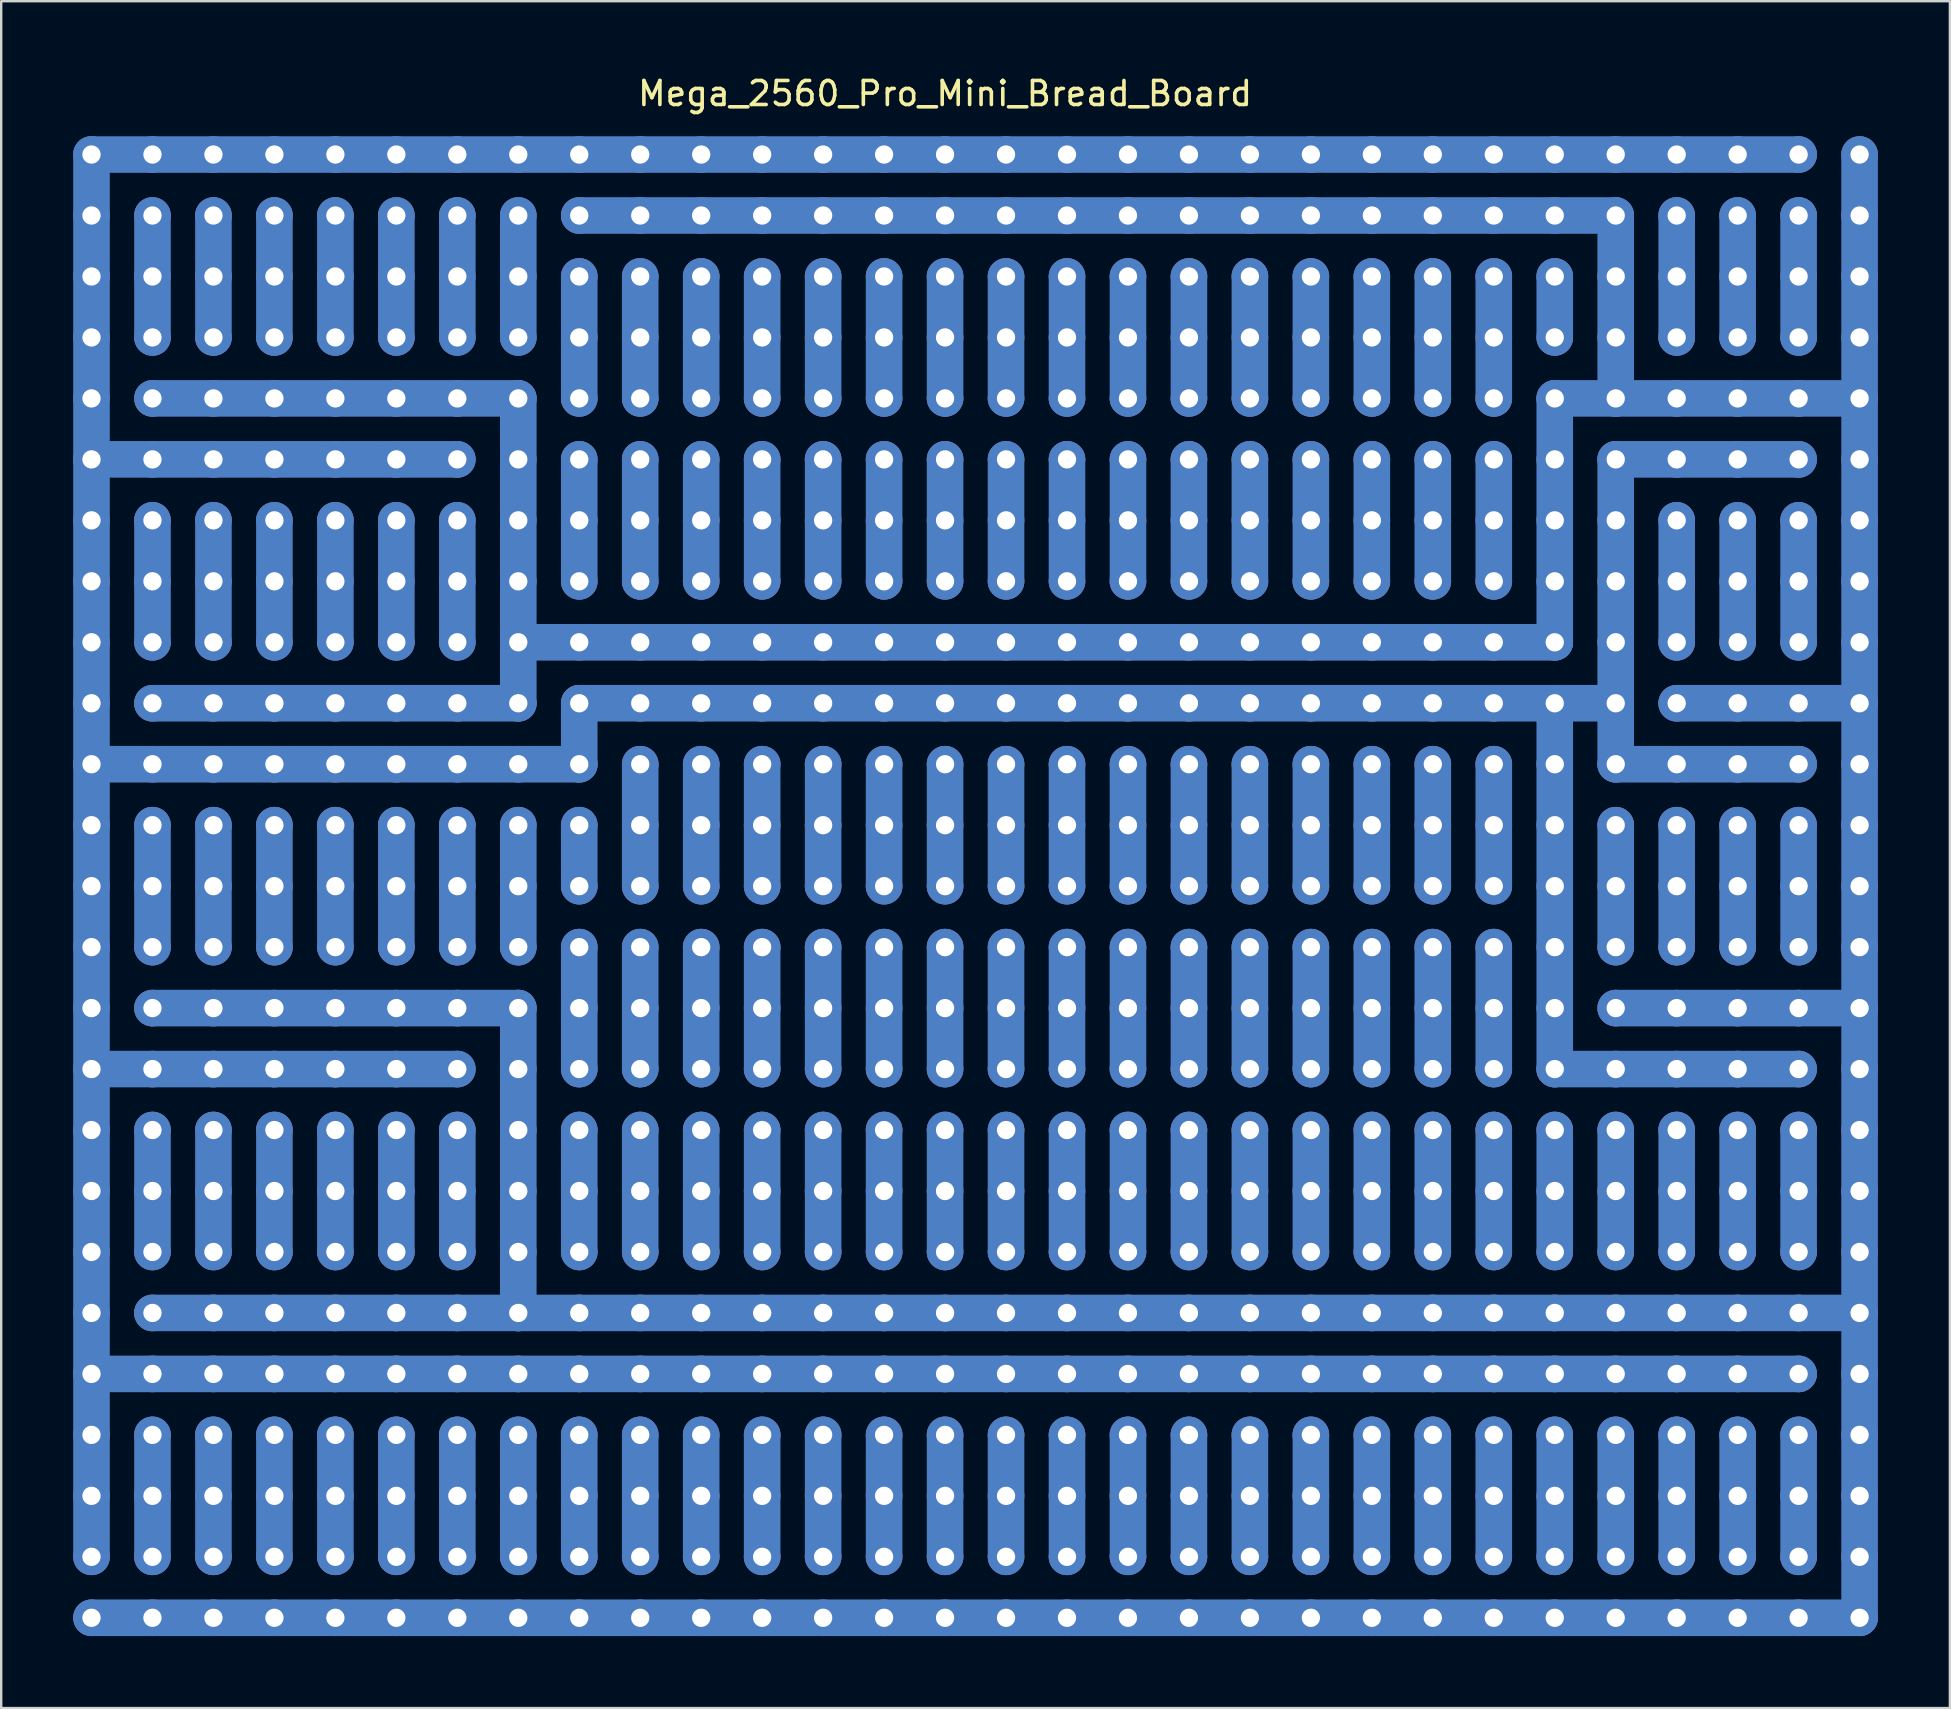
<source format=kicad_pcb>
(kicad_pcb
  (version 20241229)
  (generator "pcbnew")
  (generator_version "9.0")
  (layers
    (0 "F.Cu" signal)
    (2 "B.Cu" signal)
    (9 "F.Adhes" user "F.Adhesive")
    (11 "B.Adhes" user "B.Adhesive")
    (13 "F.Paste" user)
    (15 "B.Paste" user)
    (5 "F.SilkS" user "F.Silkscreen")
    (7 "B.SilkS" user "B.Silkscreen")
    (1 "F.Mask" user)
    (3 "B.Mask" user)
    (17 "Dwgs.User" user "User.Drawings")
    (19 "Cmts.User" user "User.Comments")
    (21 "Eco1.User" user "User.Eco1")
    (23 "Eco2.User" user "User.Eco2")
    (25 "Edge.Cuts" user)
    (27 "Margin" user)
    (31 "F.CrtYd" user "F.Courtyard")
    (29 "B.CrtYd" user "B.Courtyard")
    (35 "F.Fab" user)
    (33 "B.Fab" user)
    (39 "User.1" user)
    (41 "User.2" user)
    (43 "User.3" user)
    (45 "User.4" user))
  (footprint "Mega_2560_Pro_Mini_Bread_Board"
    (layer "F.Cu")
    (at 0.762 3.388)
    (property "Reference" "Mega_2560_Pro_Mini_Bread_Board" (at 35.56 -2.54 0) (layer "F.SilkS") (effects (font (size 1 1) (thickness 0.15))))
    (attr through_hole)
    (fp_line (start 0 0) (end 71.12 0) (stroke (width 1.524) (type solid)) (layer "B.Cu"))
    (fp_line (start 0 58.42) (end 0 0) (stroke (width 1.524) (type solid)) (layer "B.Cu"))
    (fp_line (start 0 60.96) (end 73.66 60.96) (stroke (width 1.524) (type solid)) (layer "B.Cu"))
    (fp_line (start 2.54 7.62) (end 2.54 2.54) (stroke (width 1.524) (type solid)) (layer "B.Cu"))
    (fp_line (start 2.54 10.16) (end 17.78 10.16) (stroke (width 1.524) (type solid)) (layer "B.Cu"))
    (fp_line (start 2.54 20.32) (end 2.54 15.24) (stroke (width 1.524) (type solid)) (layer "B.Cu"))
    (fp_line (start 2.54 22.86) (end 17.78 22.86) (stroke (width 1.524) (type solid)) (layer "B.Cu"))
    (fp_line (start 2.54 33.02) (end 2.54 27.94) (stroke (width 1.524) (type solid)) (layer "B.Cu"))
    (fp_line (start 2.54 45.72) (end 2.54 40.64) (stroke (width 1.524) (type solid)) (layer "B.Cu"))
    (fp_line (start 2.54 48.26) (end 17.78 48.26) (stroke (width 1.524) (type solid)) (layer "B.Cu"))
    (fp_line (start 2.54 58.42) (end 2.54 53.34) (stroke (width 1.524) (type solid)) (layer "B.Cu"))
    (fp_line (start 5.08 7.62) (end 5.08 2.54) (stroke (width 1.524) (type solid)) (layer "B.Cu"))
    (fp_line (start 5.08 20.32) (end 5.08 15.24) (stroke (width 1.524) (type solid)) (layer "B.Cu"))
    (fp_line (start 5.08 33.02) (end 5.08 27.94) (stroke (width 1.524) (type solid)) (layer "B.Cu"))
    (fp_line (start 5.08 45.72) (end 5.08 40.64) (stroke (width 1.524) (type solid)) (layer "B.Cu"))
    (fp_line (start 5.08 58.42) (end 5.08 53.34) (stroke (width 1.524) (type solid)) (layer "B.Cu"))
    (fp_line (start 7.62 7.62) (end 7.62 2.54) (stroke (width 1.524) (type solid)) (layer "B.Cu"))
    (fp_line (start 7.62 20.32) (end 7.62 15.24) (stroke (width 1.524) (type solid)) (layer "B.Cu"))
    (fp_line (start 7.62 33.02) (end 7.62 27.94) (stroke (width 1.524) (type solid)) (layer "B.Cu"))
    (fp_line (start 7.62 45.72) (end 7.62 40.64) (stroke (width 1.524) (type solid)) (layer "B.Cu"))
    (fp_line (start 7.62 58.42) (end 7.62 53.34) (stroke (width 1.524) (type solid)) (layer "B.Cu"))
    (fp_line (start 10.16 7.62) (end 10.16 2.54) (stroke (width 1.524) (type solid)) (layer "B.Cu"))
    (fp_line (start 10.16 20.32) (end 10.16 15.24) (stroke (width 1.524) (type solid)) (layer "B.Cu"))
    (fp_line (start 10.16 33.02) (end 10.16 27.94) (stroke (width 1.524) (type solid)) (layer "B.Cu"))
    (fp_line (start 10.16 45.72) (end 10.16 40.64) (stroke (width 1.524) (type solid)) (layer "B.Cu"))
    (fp_line (start 10.16 58.42) (end 10.16 53.34) (stroke (width 1.524) (type solid)) (layer "B.Cu"))
    (fp_line (start 12.7 7.62) (end 12.7 2.54) (stroke (width 1.524) (type solid)) (layer "B.Cu"))
    (fp_line (start 12.7 20.32) (end 12.7 15.24) (stroke (width 1.524) (type solid)) (layer "B.Cu"))
    (fp_line (start 12.7 33.02) (end 12.7 27.94) (stroke (width 1.524) (type solid)) (layer "B.Cu"))
    (fp_line (start 12.7 45.72) (end 12.7 40.64) (stroke (width 1.524) (type solid)) (layer "B.Cu"))
    (fp_line (start 12.7 58.42) (end 12.7 53.34) (stroke (width 1.524) (type solid)) (layer "B.Cu"))
    (fp_line (start 15.24 7.62) (end 15.24 2.54) (stroke (width 1.524) (type solid)) (layer "B.Cu"))
    (fp_line (start 15.24 12.7) (end 0 12.7) (stroke (width 1.524) (type solid)) (layer "B.Cu"))
    (fp_line (start 15.24 20.32) (end 15.24 15.24) (stroke (width 1.524) (type solid)) (layer "B.Cu"))
    (fp_line (start 15.24 33.02) (end 15.24 27.94) (stroke (width 1.524) (type solid)) (layer "B.Cu"))
    (fp_line (start 15.24 38.1) (end 0 38.1) (stroke (width 1.524) (type solid)) (layer "B.Cu"))
    (fp_line (start 15.24 45.72) (end 15.24 40.64) (stroke (width 1.524) (type solid)) (layer "B.Cu"))
    (fp_line (start 15.24 58.42) (end 15.24 53.34) (stroke (width 1.524) (type solid)) (layer "B.Cu"))
    (fp_line (start 17.78 7.62) (end 17.78 2.54) (stroke (width 1.524) (type solid)) (layer "B.Cu"))
    (fp_line (start 17.78 10.16) (end 17.78 22.86) (stroke (width 1.524) (type solid)) (layer "B.Cu"))
    (fp_line (start 17.78 20.32) (end 60.96 20.32) (stroke (width 1.524) (type solid)) (layer "B.Cu"))
    (fp_line (start 17.78 33.02) (end 17.78 27.94) (stroke (width 1.524) (type solid)) (layer "B.Cu"))
    (fp_line (start 17.78 35.56) (end 2.54 35.56) (stroke (width 1.524) (type solid)) (layer "B.Cu"))
    (fp_line (start 17.78 48.26) (end 17.78 35.56) (stroke (width 1.524) (type solid)) (layer "B.Cu"))
    (fp_line (start 17.78 58.42) (end 17.78 53.34) (stroke (width 1.524) (type solid)) (layer "B.Cu"))
    (fp_line (start 20.32 10.16) (end 20.32 5.08) (stroke (width 1.524) (type solid)) (layer "B.Cu"))
    (fp_line (start 20.32 17.78) (end 20.32 12.7) (stroke (width 1.524) (type solid)) (layer "B.Cu"))
    (fp_line (start 20.32 22.86) (end 60.96 22.86) (stroke (width 1.524) (type solid)) (layer "B.Cu"))
    (fp_line (start 20.32 25.4) (end 0 25.4) (stroke (width 1.524) (type solid)) (layer "B.Cu"))
    (fp_line (start 20.32 25.4) (end 20.32 22.86) (stroke (width 1.524) (type solid)) (layer "B.Cu"))
    (fp_line (start 20.32 30.48) (end 20.32 27.94) (stroke (width 1.524) (type solid)) (layer "B.Cu"))
    (fp_line (start 20.32 38.1) (end 20.32 33.02) (stroke (width 1.524) (type solid)) (layer "B.Cu"))
    (fp_line (start 20.32 45.72) (end 20.32 40.64) (stroke (width 1.524) (type solid)) (layer "B.Cu"))
    (fp_line (start 20.32 58.42) (end 20.32 53.34) (stroke (width 1.524) (type solid)) (layer "B.Cu"))
    (fp_line (start 22.86 10.16) (end 22.86 5.08) (stroke (width 1.524) (type solid)) (layer "B.Cu"))
    (fp_line (start 22.86 17.78) (end 22.86 12.7) (stroke (width 1.524) (type solid)) (layer "B.Cu"))
    (fp_line (start 22.86 30.48) (end 22.86 25.4) (stroke (width 1.524) (type solid)) (layer "B.Cu"))
    (fp_line (start 22.86 38.1) (end 22.86 33.02) (stroke (width 1.524) (type solid)) (layer "B.Cu"))
    (fp_line (start 22.86 45.72) (end 22.86 40.64) (stroke (width 1.524) (type solid)) (layer "B.Cu"))
    (fp_line (start 22.86 58.42) (end 22.86 53.34) (stroke (width 1.524) (type solid)) (layer "B.Cu"))
    (fp_line (start 25.4 10.16) (end 25.4 5.08) (stroke (width 1.524) (type solid)) (layer "B.Cu"))
    (fp_line (start 25.4 17.78) (end 25.4 12.7) (stroke (width 1.524) (type solid)) (layer "B.Cu"))
    (fp_line (start 25.4 30.48) (end 25.4 25.4) (stroke (width 1.524) (type solid)) (layer "B.Cu"))
    (fp_line (start 25.4 38.1) (end 25.4 33.02) (stroke (width 1.524) (type solid)) (layer "B.Cu"))
    (fp_line (start 25.4 45.72) (end 25.4 40.64) (stroke (width 1.524) (type solid)) (layer "B.Cu"))
    (fp_line (start 25.4 58.42) (end 25.4 53.34) (stroke (width 1.524) (type solid)) (layer "B.Cu"))
    (fp_line (start 27.94 10.16) (end 27.94 5.08) (stroke (width 1.524) (type solid)) (layer "B.Cu"))
    (fp_line (start 27.94 17.78) (end 27.94 12.7) (stroke (width 1.524) (type solid)) (layer "B.Cu"))
    (fp_line (start 27.94 30.48) (end 27.94 25.4) (stroke (width 1.524) (type solid)) (layer "B.Cu"))
    (fp_line (start 27.94 38.1) (end 27.94 33.02) (stroke (width 1.524) (type solid)) (layer "B.Cu"))
    (fp_line (start 27.94 45.72) (end 27.94 40.64) (stroke (width 1.524) (type solid)) (layer "B.Cu"))
    (fp_line (start 27.94 58.42) (end 27.94 53.34) (stroke (width 1.524) (type solid)) (layer "B.Cu"))
    (fp_line (start 30.48 10.16) (end 30.48 5.08) (stroke (width 1.524) (type solid)) (layer "B.Cu"))
    (fp_line (start 30.48 17.78) (end 30.48 12.7) (stroke (width 1.524) (type solid)) (layer "B.Cu"))
    (fp_line (start 30.48 30.48) (end 30.48 25.4) (stroke (width 1.524) (type solid)) (layer "B.Cu"))
    (fp_line (start 30.48 38.1) (end 30.48 33.02) (stroke (width 1.524) (type solid)) (layer "B.Cu"))
    (fp_line (start 30.48 45.72) (end 30.48 40.64) (stroke (width 1.524) (type solid)) (layer "B.Cu"))
    (fp_line (start 30.48 58.42) (end 30.48 53.34) (stroke (width 1.524) (type solid)) (layer "B.Cu"))
    (fp_line (start 33.02 10.16) (end 33.02 5.08) (stroke (width 1.524) (type solid)) (layer "B.Cu"))
    (fp_line (start 33.02 17.78) (end 33.02 12.7) (stroke (width 1.524) (type solid)) (layer "B.Cu"))
    (fp_line (start 33.02 30.48) (end 33.02 25.4) (stroke (width 1.524) (type solid)) (layer "B.Cu"))
    (fp_line (start 33.02 38.1) (end 33.02 33.02) (stroke (width 1.524) (type solid)) (layer "B.Cu"))
    (fp_line (start 33.02 45.72) (end 33.02 40.64) (stroke (width 1.524) (type solid)) (layer "B.Cu"))
    (fp_line (start 33.02 58.42) (end 33.02 53.34) (stroke (width 1.524) (type solid)) (layer "B.Cu"))
    (fp_line (start 35.56 10.16) (end 35.56 5.08) (stroke (width 1.524) (type solid)) (layer "B.Cu"))
    (fp_line (start 35.56 17.78) (end 35.56 12.7) (stroke (width 1.524) (type solid)) (layer "B.Cu"))
    (fp_line (start 35.56 30.48) (end 35.56 25.4) (stroke (width 1.524) (type solid)) (layer "B.Cu"))
    (fp_line (start 35.56 38.1) (end 35.56 33.02) (stroke (width 1.524) (type solid)) (layer "B.Cu"))
    (fp_line (start 35.56 45.72) (end 35.56 40.64) (stroke (width 1.524) (type solid)) (layer "B.Cu"))
    (fp_line (start 35.56 58.42) (end 35.56 53.34) (stroke (width 1.524) (type solid)) (layer "B.Cu"))
    (fp_line (start 38.1 10.16) (end 38.1 5.08) (stroke (width 1.524) (type solid)) (layer "B.Cu"))
    (fp_line (start 38.1 17.78) (end 38.1 12.7) (stroke (width 1.524) (type solid)) (layer "B.Cu"))
    (fp_line (start 38.1 30.48) (end 38.1 25.4) (stroke (width 1.524) (type solid)) (layer "B.Cu"))
    (fp_line (start 38.1 38.1) (end 38.1 33.02) (stroke (width 1.524) (type solid)) (layer "B.Cu"))
    (fp_line (start 38.1 45.72) (end 38.1 40.64) (stroke (width 1.524) (type solid)) (layer "B.Cu"))
    (fp_line (start 38.1 58.42) (end 38.1 53.34) (stroke (width 1.524) (type solid)) (layer "B.Cu"))
    (fp_line (start 40.64 10.16) (end 40.64 5.08) (stroke (width 1.524) (type solid)) (layer "B.Cu"))
    (fp_line (start 40.64 17.78) (end 40.64 12.7) (stroke (width 1.524) (type solid)) (layer "B.Cu"))
    (fp_line (start 40.64 30.48) (end 40.64 25.4) (stroke (width 1.524) (type solid)) (layer "B.Cu"))
    (fp_line (start 40.64 38.1) (end 40.64 33.02) (stroke (width 1.524) (type solid)) (layer "B.Cu"))
    (fp_line (start 40.64 45.72) (end 40.64 40.64) (stroke (width 1.524) (type solid)) (layer "B.Cu"))
    (fp_line (start 40.64 58.42) (end 40.64 53.34) (stroke (width 1.524) (type solid)) (layer "B.Cu"))
    (fp_line (start 43.18 10.16) (end 43.18 5.08) (stroke (width 1.524) (type solid)) (layer "B.Cu"))
    (fp_line (start 43.18 17.78) (end 43.18 12.7) (stroke (width 1.524) (type solid)) (layer "B.Cu"))
    (fp_line (start 43.18 30.48) (end 43.18 25.4) (stroke (width 1.524) (type solid)) (layer "B.Cu"))
    (fp_line (start 43.18 38.1) (end 43.18 33.02) (stroke (width 1.524) (type solid)) (layer "B.Cu"))
    (fp_line (start 43.18 45.72) (end 43.18 40.64) (stroke (width 1.524) (type solid)) (layer "B.Cu"))
    (fp_line (start 43.18 58.42) (end 43.18 53.34) (stroke (width 1.524) (type solid)) (layer "B.Cu"))
    (fp_line (start 45.72 10.16) (end 45.72 5.08) (stroke (width 1.524) (type solid)) (layer "B.Cu"))
    (fp_line (start 45.72 17.78) (end 45.72 12.7) (stroke (width 1.524) (type solid)) (layer "B.Cu"))
    (fp_line (start 45.72 30.48) (end 45.72 25.4) (stroke (width 1.524) (type solid)) (layer "B.Cu"))
    (fp_line (start 45.72 38.1) (end 45.72 33.02) (stroke (width 1.524) (type solid)) (layer "B.Cu"))
    (fp_line (start 45.72 45.72) (end 45.72 40.64) (stroke (width 1.524) (type solid)) (layer "B.Cu"))
    (fp_line (start 45.72 58.42) (end 45.72 53.34) (stroke (width 1.524) (type solid)) (layer "B.Cu"))
    (fp_line (start 48.26 10.16) (end 48.26 5.08) (stroke (width 1.524) (type solid)) (layer "B.Cu"))
    (fp_line (start 48.26 17.78) (end 48.26 12.7) (stroke (width 1.524) (type solid)) (layer "B.Cu"))
    (fp_line (start 48.26 30.48) (end 48.26 25.4) (stroke (width 1.524) (type solid)) (layer "B.Cu"))
    (fp_line (start 48.26 38.1) (end 48.26 33.02) (stroke (width 1.524) (type solid)) (layer "B.Cu"))
    (fp_line (start 48.26 45.72) (end 48.26 40.64) (stroke (width 1.524) (type solid)) (layer "B.Cu"))
    (fp_line (start 48.26 58.42) (end 48.26 53.34) (stroke (width 1.524) (type solid)) (layer "B.Cu"))
    (fp_line (start 50.8 10.16) (end 50.8 5.08) (stroke (width 1.524) (type solid)) (layer "B.Cu"))
    (fp_line (start 50.8 17.78) (end 50.8 12.7) (stroke (width 1.524) (type solid)) (layer "B.Cu"))
    (fp_line (start 50.8 30.48) (end 50.8 25.4) (stroke (width 1.524) (type solid)) (layer "B.Cu"))
    (fp_line (start 50.8 38.1) (end 50.8 33.02) (stroke (width 1.524) (type solid)) (layer "B.Cu"))
    (fp_line (start 50.8 45.72) (end 50.8 40.64) (stroke (width 1.524) (type solid)) (layer "B.Cu"))
    (fp_line (start 50.8 58.42) (end 50.8 53.34) (stroke (width 1.524) (type solid)) (layer "B.Cu"))
    (fp_line (start 53.34 10.16) (end 53.34 5.08) (stroke (width 1.524) (type solid)) (layer "B.Cu"))
    (fp_line (start 53.34 17.78) (end 53.34 12.7) (stroke (width 1.524) (type solid)) (layer "B.Cu"))
    (fp_line (start 53.34 30.48) (end 53.34 25.4) (stroke (width 1.524) (type solid)) (layer "B.Cu"))
    (fp_line (start 53.34 38.1) (end 53.34 33.02) (stroke (width 1.524) (type solid)) (layer "B.Cu"))
    (fp_line (start 53.34 45.72) (end 53.34 40.64) (stroke (width 1.524) (type solid)) (layer "B.Cu"))
    (fp_line (start 53.34 58.42) (end 53.34 53.34) (stroke (width 1.524) (type solid)) (layer "B.Cu"))
    (fp_line (start 55.88 10.16) (end 55.88 5.08) (stroke (width 1.524) (type solid)) (layer "B.Cu"))
    (fp_line (start 55.88 17.78) (end 55.88 12.7) (stroke (width 1.524) (type solid)) (layer "B.Cu"))
    (fp_line (start 55.88 30.48) (end 55.88 25.4) (stroke (width 1.524) (type solid)) (layer "B.Cu"))
    (fp_line (start 55.88 38.1) (end 55.88 33.02) (stroke (width 1.524) (type solid)) (layer "B.Cu"))
    (fp_line (start 55.88 45.72) (end 55.88 40.64) (stroke (width 1.524) (type solid)) (layer "B.Cu"))
    (fp_line (start 55.88 58.42) (end 55.88 53.34) (stroke (width 1.524) (type solid)) (layer "B.Cu"))
    (fp_line (start 58.42 10.16) (end 58.42 5.08) (stroke (width 1.524) (type solid)) (layer "B.Cu"))
    (fp_line (start 58.42 17.78) (end 58.42 12.7) (stroke (width 1.524) (type solid)) (layer "B.Cu"))
    (fp_line (start 58.42 30.48) (end 58.42 25.4) (stroke (width 1.524) (type solid)) (layer "B.Cu"))
    (fp_line (start 58.42 38.1) (end 58.42 33.02) (stroke (width 1.524) (type solid)) (layer "B.Cu"))
    (fp_line (start 58.42 45.72) (end 58.42 40.64) (stroke (width 1.524) (type solid)) (layer "B.Cu"))
    (fp_line (start 58.42 58.42) (end 58.42 53.34) (stroke (width 1.524) (type solid)) (layer "B.Cu"))
    (fp_line (start 60.96 7.62) (end 60.96 5.08) (stroke (width 1.524) (type solid)) (layer "B.Cu"))
    (fp_line (start 60.96 20.32) (end 60.96 10.16) (stroke (width 1.524) (type solid)) (layer "B.Cu"))
    (fp_line (start 60.96 38.1) (end 60.96 22.86) (stroke (width 1.524) (type solid)) (layer "B.Cu"))
    (fp_line (start 60.96 45.72) (end 60.96 40.64) (stroke (width 1.524) (type solid)) (layer "B.Cu"))
    (fp_line (start 60.96 58.42) (end 60.96 53.34) (stroke (width 1.524) (type solid)) (layer "B.Cu"))
    (fp_line (start 63.5 2.54) (end 20.32 2.54) (stroke (width 1.524) (type solid)) (layer "B.Cu"))
    (fp_line (start 63.5 10.16) (end 60.96 10.16) (stroke (width 1.524) (type solid)) (layer "B.Cu"))
    (fp_line (start 63.5 10.16) (end 63.5 2.54) (stroke (width 1.524) (type solid)) (layer "B.Cu"))
    (fp_line (start 63.5 10.16) (end 73.66 10.16) (stroke (width 1.524) (type solid)) (layer "B.Cu"))
    (fp_line (start 63.5 12.7) (end 71.12 12.7) (stroke (width 1.524) (type solid)) (layer "B.Cu"))
    (fp_line (start 63.5 22.86) (end 60.96 22.86) (stroke (width 1.524) (type solid)) (layer "B.Cu"))
    (fp_line (start 63.5 25.4) (end 63.5 12.7) (stroke (width 1.524) (type solid)) (layer "B.Cu"))
    (fp_line (start 63.5 33.02) (end 63.5 27.94) (stroke (width 1.524) (type solid)) (layer "B.Cu"))
    (fp_line (start 63.5 35.56) (end 73.66 35.56) (stroke (width 1.524) (type solid)) (layer "B.Cu"))
    (fp_line (start 63.5 45.72) (end 63.5 40.64) (stroke (width 1.524) (type solid)) (layer "B.Cu"))
    (fp_line (start 63.5 58.42) (end 63.5 53.34) (stroke (width 1.524) (type solid)) (layer "B.Cu"))
    (fp_line (start 66.04 7.62) (end 66.04 2.54) (stroke (width 1.524) (type solid)) (layer "B.Cu"))
    (fp_line (start 66.04 20.32) (end 66.04 15.24) (stroke (width 1.524) (type solid)) (layer "B.Cu"))
    (fp_line (start 66.04 22.86) (end 73.66 22.86) (stroke (width 1.524) (type solid)) (layer "B.Cu"))
    (fp_line (start 66.04 33.02) (end 66.04 27.94) (stroke (width 1.524) (type solid)) (layer "B.Cu"))
    (fp_line (start 66.04 45.72) (end 66.04 40.64) (stroke (width 1.524) (type solid)) (layer "B.Cu"))
    (fp_line (start 66.04 58.42) (end 66.04 53.34) (stroke (width 1.524) (type solid)) (layer "B.Cu"))
    (fp_line (start 68.58 7.62) (end 68.58 2.54) (stroke (width 1.524) (type solid)) (layer "B.Cu"))
    (fp_line (start 68.58 20.32) (end 68.58 15.24) (stroke (width 1.524) (type solid)) (layer "B.Cu"))
    (fp_line (start 68.58 33.02) (end 68.58 27.94) (stroke (width 1.524) (type solid)) (layer "B.Cu"))
    (fp_line (start 68.58 45.72) (end 68.58 40.64) (stroke (width 1.524) (type solid)) (layer "B.Cu"))
    (fp_line (start 68.58 58.42) (end 68.58 53.34) (stroke (width 1.524) (type solid)) (layer "B.Cu"))
    (fp_line (start 71.12 7.62) (end 71.12 2.54) (stroke (width 1.524) (type solid)) (layer "B.Cu"))
    (fp_line (start 71.12 20.32) (end 71.12 15.24) (stroke (width 1.524) (type solid)) (layer "B.Cu"))
    (fp_line (start 71.12 25.4) (end 63.5 25.4) (stroke (width 1.524) (type solid)) (layer "B.Cu"))
    (fp_line (start 71.12 33.02) (end 71.12 27.94) (stroke (width 1.524) (type solid)) (layer "B.Cu"))
    (fp_line (start 71.12 38.1) (end 60.96 38.1) (stroke (width 1.524) (type solid)) (layer "B.Cu"))
    (fp_line (start 71.12 45.72) (end 71.12 40.64) (stroke (width 1.524) (type solid)) (layer "B.Cu"))
    (fp_line (start 71.12 50.8) (end 0 50.8) (stroke (width 1.524) (type solid)) (layer "B.Cu"))
    (fp_line (start 71.12 58.42) (end 71.12 53.34) (stroke (width 1.524) (type solid)) (layer "B.Cu"))
    (fp_line (start 73.66 48.26) (end 17.78 48.26) (stroke (width 1.524) (type solid)) (layer "B.Cu"))
    (fp_line (start 73.66 60.96) (end 73.66 0) (stroke (width 1.524) (type solid)) (layer "B.Cu"))
    (pad "1" thru_hole circle (at 0 0) (size 1.524 1.524) (drill 0.762) (layers "*.Cu" "*.Mask"))
    (pad "2" thru_hole circle (at 2.54 0) (size 1.524 1.524) (drill 0.762) (layers "*.Cu" "*.Mask"))
    (pad "3" thru_hole circle (at 5.08 0) (size 1.524 1.524) (drill 0.762) (layers "*.Cu" "*.Mask"))
    (pad "4" thru_hole circle (at 7.62 0) (size 1.524 1.524) (drill 0.762) (layers "*.Cu" "*.Mask"))
    (pad "5" thru_hole circle (at 10.16 0) (size 1.524 1.524) (drill 0.762) (layers "*.Cu" "*.Mask"))
    (pad "6" thru_hole circle (at 12.7 0) (size 1.524 1.524) (drill 0.762) (layers "*.Cu" "*.Mask"))
    (pad "7" thru_hole circle (at 15.24 0) (size 1.524 1.524) (drill 0.762) (layers "*.Cu" "*.Mask"))
    (pad "8" thru_hole circle (at 17.78 0) (size 1.524 1.524) (drill 0.762) (layers "*.Cu" "*.Mask"))
    (pad "9" thru_hole circle (at 20.32 0) (size 1.524 1.524) (drill 0.762) (layers "*.Cu" "*.Mask"))
    (pad "10" thru_hole circle (at 22.86 0) (size 1.524 1.524) (drill 0.762) (layers "*.Cu" "*.Mask"))
    (pad "11" thru_hole circle (at 25.4 0) (size 1.524 1.524) (drill 0.762) (layers "*.Cu" "*.Mask"))
    (pad "12" thru_hole circle (at 27.94 0) (size 1.524 1.524) (drill 0.762) (layers "*.Cu" "*.Mask"))
    (pad "13" thru_hole circle (at 30.48 0) (size 1.524 1.524) (drill 0.762) (layers "*.Cu" "*.Mask"))
    (pad "14" thru_hole circle (at 33.02 0) (size 1.524 1.524) (drill 0.762) (layers "*.Cu" "*.Mask"))
    (pad "15" thru_hole circle (at 35.56 0) (size 1.524 1.524) (drill 0.762) (layers "*.Cu" "*.Mask"))
    (pad "16" thru_hole circle (at 38.1 0) (size 1.524 1.524) (drill 0.762) (layers "*.Cu" "*.Mask"))
    (pad "17" thru_hole circle (at 40.64 0) (size 1.524 1.524) (drill 0.762) (layers "*.Cu" "*.Mask"))
    (pad "18" thru_hole circle (at 43.18 0) (size 1.524 1.524) (drill 0.762) (layers "*.Cu" "*.Mask"))
    (pad "19" thru_hole circle (at 45.72 0) (size 1.524 1.524) (drill 0.762) (layers "*.Cu" "*.Mask"))
    (pad "20" thru_hole circle (at 48.26 0) (size 1.524 1.524) (drill 0.762) (layers "*.Cu" "*.Mask"))
    (pad "21" thru_hole circle (at 50.8 0) (size 1.524 1.524) (drill 0.762) (layers "*.Cu" "*.Mask"))
    (pad "22" thru_hole circle (at 53.34 0) (size 1.524 1.524) (drill 0.762) (layers "*.Cu" "*.Mask"))
    (pad "23" thru_hole circle (at 55.88 0) (size 1.524 1.524) (drill 0.762) (layers "*.Cu" "*.Mask"))
    (pad "24" thru_hole circle (at 58.42 0) (size 1.524 1.524) (drill 0.762) (layers "*.Cu" "*.Mask"))
    (pad "25" thru_hole circle (at 60.96 0) (size 1.524 1.524) (drill 0.762) (layers "*.Cu" "*.Mask"))
    (pad "26" thru_hole circle (at 63.5 0) (size 1.524 1.524) (drill 0.762) (layers "*.Cu" "*.Mask"))
    (pad "27" thru_hole circle (at 66.04 0) (size 1.524 1.524) (drill 0.762) (layers "*.Cu" "*.Mask"))
    (pad "28" thru_hole circle (at 68.58 0) (size 1.524 1.524) (drill 0.762) (layers "*.Cu" "*.Mask"))
    (pad "29" thru_hole circle (at 71.12 0) (size 1.524 1.524) (drill 0.762) (layers "*.Cu" "*.Mask"))
    (pad "30" thru_hole circle (at 73.66 0) (size 1.524 1.524) (drill 0.762) (layers "*.Cu" "*.Mask"))
    (pad "31" thru_hole circle (at 0 2.54) (size 1.524 1.524) (drill 0.762) (layers "*.Cu" "*.Mask"))
    (pad "32" thru_hole circle (at 2.54 2.54) (size 1.524 1.524) (drill 0.762) (layers "*.Cu" "*.Mask"))
    (pad "33" thru_hole circle (at 5.08 2.54) (size 1.524 1.524) (drill 0.762) (layers "*.Cu" "*.Mask"))
    (pad "34" thru_hole circle (at 7.62 2.54) (size 1.524 1.524) (drill 0.762) (layers "*.Cu" "*.Mask"))
    (pad "35" thru_hole circle (at 10.16 2.54) (size 1.524 1.524) (drill 0.762) (layers "*.Cu" "*.Mask"))
    (pad "36" thru_hole circle (at 12.7 2.54) (size 1.524 1.524) (drill 0.762) (layers "*.Cu" "*.Mask"))
    (pad "37" thru_hole circle (at 15.24 2.54) (size 1.524 1.524) (drill 0.762) (layers "*.Cu" "*.Mask"))
    (pad "38" thru_hole circle (at 17.78 2.54) (size 1.524 1.524) (drill 0.762) (layers "*.Cu" "*.Mask"))
    (pad "39" thru_hole circle (at 20.32 2.54) (size 1.524 1.524) (drill 0.762) (layers "*.Cu" "*.Mask"))
    (pad "40" thru_hole circle (at 22.86 2.54) (size 1.524 1.524) (drill 0.762) (layers "*.Cu" "*.Mask"))
    (pad "41" thru_hole circle (at 25.4 2.54) (size 1.524 1.524) (drill 0.762) (layers "*.Cu" "*.Mask"))
    (pad "42" thru_hole circle (at 27.94 2.54) (size 1.524 1.524) (drill 0.762) (layers "*.Cu" "*.Mask"))
    (pad "43" thru_hole circle (at 30.48 2.54) (size 1.524 1.524) (drill 0.762) (layers "*.Cu" "*.Mask"))
    (pad "44" thru_hole circle (at 33.02 2.54) (size 1.524 1.524) (drill 0.762) (layers "*.Cu" "*.Mask"))
    (pad "45" thru_hole circle (at 35.56 2.54) (size 1.524 1.524) (drill 0.762) (layers "*.Cu" "*.Mask"))
    (pad "46" thru_hole circle (at 38.1 2.54) (size 1.524 1.524) (drill 0.762) (layers "*.Cu" "*.Mask"))
    (pad "47" thru_hole circle (at 40.64 2.54) (size 1.524 1.524) (drill 0.762) (layers "*.Cu" "*.Mask"))
    (pad "48" thru_hole circle (at 43.18 2.54) (size 1.524 1.524) (drill 0.762) (layers "*.Cu" "*.Mask"))
    (pad "49" thru_hole circle (at 45.72 2.54) (size 1.524 1.524) (drill 0.762) (layers "*.Cu" "*.Mask"))
    (pad "50" thru_hole circle (at 48.26 2.54) (size 1.524 1.524) (drill 0.762) (layers "*.Cu" "*.Mask"))
    (pad "51" thru_hole circle (at 50.8 2.54) (size 1.524 1.524) (drill 0.762) (layers "*.Cu" "*.Mask"))
    (pad "52" thru_hole circle (at 53.34 2.54) (size 1.524 1.524) (drill 0.762) (layers "*.Cu" "*.Mask"))
    (pad "53" thru_hole circle (at 55.88 2.54) (size 1.524 1.524) (drill 0.762) (layers "*.Cu" "*.Mask"))
    (pad "54" thru_hole circle (at 58.42 2.54) (size 1.524 1.524) (drill 0.762) (layers "*.Cu" "*.Mask"))
    (pad "55" thru_hole circle (at 60.96 2.54) (size 1.524 1.524) (drill 0.762) (layers "*.Cu" "*.Mask"))
    (pad "56" thru_hole circle (at 63.5 2.54) (size 1.524 1.524) (drill 0.762) (layers "*.Cu" "*.Mask"))
    (pad "57" thru_hole circle (at 66.04 2.54) (size 1.524 1.524) (drill 0.762) (layers "*.Cu" "*.Mask"))
    (pad "58" thru_hole circle (at 68.58 2.54) (size 1.524 1.524) (drill 0.762) (layers "*.Cu" "*.Mask"))
    (pad "59" thru_hole circle (at 71.12 2.54) (size 1.524 1.524) (drill 0.762) (layers "*.Cu" "*.Mask"))
    (pad "60" thru_hole circle (at 73.66 2.54) (size 1.524 1.524) (drill 0.762) (layers "*.Cu" "*.Mask"))
    (pad "61" thru_hole circle (at 0 5.08) (size 1.524 1.524) (drill 0.762) (layers "*.Cu" "*.Mask"))
    (pad "62" thru_hole circle (at 2.54 5.08) (size 1.524 1.524) (drill 0.762) (layers "*.Cu" "*.Mask"))
    (pad "63" thru_hole circle (at 5.08 5.08) (size 1.524 1.524) (drill 0.762) (layers "*.Cu" "*.Mask"))
    (pad "64" thru_hole circle (at 7.62 5.08) (size 1.524 1.524) (drill 0.762) (layers "*.Cu" "*.Mask"))
    (pad "65" thru_hole circle (at 10.16 5.08) (size 1.524 1.524) (drill 0.762) (layers "*.Cu" "*.Mask"))
    (pad "66" thru_hole circle (at 12.7 5.08) (size 1.524 1.524) (drill 0.762) (layers "*.Cu" "*.Mask"))
    (pad "67" thru_hole circle (at 15.24 5.08) (size 1.524 1.524) (drill 0.762) (layers "*.Cu" "*.Mask"))
    (pad "68" thru_hole circle (at 17.78 5.08) (size 1.524 1.524) (drill 0.762) (layers "*.Cu" "*.Mask"))
    (pad "69" thru_hole circle (at 20.32 5.08) (size 1.524 1.524) (drill 0.762) (layers "*.Cu" "*.Mask"))
    (pad "70" thru_hole circle (at 22.86 5.08) (size 1.524 1.524) (drill 0.762) (layers "*.Cu" "*.Mask"))
    (pad "71" thru_hole circle (at 25.4 5.08) (size 1.524 1.524) (drill 0.762) (layers "*.Cu" "*.Mask"))
    (pad "72" thru_hole circle (at 27.94 5.08) (size 1.524 1.524) (drill 0.762) (layers "*.Cu" "*.Mask"))
    (pad "73" thru_hole circle (at 30.48 5.08) (size 1.524 1.524) (drill 0.762) (layers "*.Cu" "*.Mask"))
    (pad "74" thru_hole circle (at 33.02 5.08) (size 1.524 1.524) (drill 0.762) (layers "*.Cu" "*.Mask"))
    (pad "75" thru_hole circle (at 35.56 5.08) (size 1.524 1.524) (drill 0.762) (layers "*.Cu" "*.Mask"))
    (pad "76" thru_hole circle (at 38.1 5.08) (size 1.524 1.524) (drill 0.762) (layers "*.Cu" "*.Mask"))
    (pad "77" thru_hole circle (at 40.64 5.08) (size 1.524 1.524) (drill 0.762) (layers "*.Cu" "*.Mask"))
    (pad "78" thru_hole circle (at 43.18 5.08) (size 1.524 1.524) (drill 0.762) (layers "*.Cu" "*.Mask"))
    (pad "79" thru_hole circle (at 45.72 5.08) (size 1.524 1.524) (drill 0.762) (layers "*.Cu" "*.Mask"))
    (pad "80" thru_hole circle (at 48.26 5.08) (size 1.524 1.524) (drill 0.762) (layers "*.Cu" "*.Mask"))
    (pad "81" thru_hole circle (at 50.8 5.08) (size 1.524 1.524) (drill 0.762) (layers "*.Cu" "*.Mask"))
    (pad "82" thru_hole circle (at 53.34 5.08) (size 1.524 1.524) (drill 0.762) (layers "*.Cu" "*.Mask"))
    (pad "83" thru_hole circle (at 55.88 5.08) (size 1.524 1.524) (drill 0.762) (layers "*.Cu" "*.Mask"))
    (pad "84" thru_hole circle (at 58.42 5.08) (size 1.524 1.524) (drill 0.762) (layers "*.Cu" "*.Mask"))
    (pad "85" thru_hole circle (at 60.96 5.08) (size 1.524 1.524) (drill 0.762) (layers "*.Cu" "*.Mask"))
    (pad "86" thru_hole circle (at 63.5 5.08) (size 1.524 1.524) (drill 0.762) (layers "*.Cu" "*.Mask"))
    (pad "87" thru_hole circle (at 66.04 5.08) (size 1.524 1.524) (drill 0.762) (layers "*.Cu" "*.Mask"))
    (pad "88" thru_hole circle (at 68.58 5.08) (size 1.524 1.524) (drill 0.762) (layers "*.Cu" "*.Mask"))
    (pad "89" thru_hole circle (at 71.12 5.08) (size 1.524 1.524) (drill 0.762) (layers "*.Cu" "*.Mask"))
    (pad "90" thru_hole circle (at 73.66 5.08) (size 1.524 1.524) (drill 0.762) (layers "*.Cu" "*.Mask"))
    (pad "91" thru_hole circle (at 0 7.62) (size 1.524 1.524) (drill 0.762) (layers "*.Cu" "*.Mask"))
    (pad "92" thru_hole circle (at 2.54 7.62) (size 1.524 1.524) (drill 0.762) (layers "*.Cu" "*.Mask"))
    (pad "93" thru_hole circle (at 5.08 7.62) (size 1.524 1.524) (drill 0.762) (layers "*.Cu" "*.Mask"))
    (pad "94" thru_hole circle (at 7.62 7.62) (size 1.524 1.524) (drill 0.762) (layers "*.Cu" "*.Mask"))
    (pad "95" thru_hole circle (at 10.16 7.62) (size 1.524 1.524) (drill 0.762) (layers "*.Cu" "*.Mask"))
    (pad "96" thru_hole circle (at 12.7 7.62) (size 1.524 1.524) (drill 0.762) (layers "*.Cu" "*.Mask"))
    (pad "97" thru_hole circle (at 15.24 7.62) (size 1.524 1.524) (drill 0.762) (layers "*.Cu" "*.Mask"))
    (pad "98" thru_hole circle (at 17.78 7.62) (size 1.524 1.524) (drill 0.762) (layers "*.Cu" "*.Mask"))
    (pad "99" thru_hole circle (at 20.32 7.62) (size 1.524 1.524) (drill 0.762) (layers "*.Cu" "*.Mask"))
    (pad "100" thru_hole circle (at 22.86 7.62) (size 1.524 1.524) (drill 0.762) (layers "*.Cu" "*.Mask"))
    (pad "101" thru_hole circle (at 25.4 7.62) (size 1.524 1.524) (drill 0.762) (layers "*.Cu" "*.Mask"))
    (pad "102" thru_hole circle (at 27.94 7.62) (size 1.524 1.524) (drill 0.762) (layers "*.Cu" "*.Mask"))
    (pad "103" thru_hole circle (at 30.48 7.62) (size 1.524 1.524) (drill 0.762) (layers "*.Cu" "*.Mask"))
    (pad "104" thru_hole circle (at 33.02 7.62) (size 1.524 1.524) (drill 0.762) (layers "*.Cu" "*.Mask"))
    (pad "105" thru_hole circle (at 35.56 7.62) (size 1.524 1.524) (drill 0.762) (layers "*.Cu" "*.Mask"))
    (pad "106" thru_hole circle (at 38.1 7.62) (size 1.524 1.524) (drill 0.762) (layers "*.Cu" "*.Mask"))
    (pad "107" thru_hole circle (at 40.64 7.62) (size 1.524 1.524) (drill 0.762) (layers "*.Cu" "*.Mask"))
    (pad "108" thru_hole circle (at 43.18 7.62) (size 1.524 1.524) (drill 0.762) (layers "*.Cu" "*.Mask"))
    (pad "109" thru_hole circle (at 45.72 7.62) (size 1.524 1.524) (drill 0.762) (layers "*.Cu" "*.Mask"))
    (pad "110" thru_hole circle (at 48.26 7.62) (size 1.524 1.524) (drill 0.762) (layers "*.Cu" "*.Mask"))
    (pad "111" thru_hole circle (at 50.8 7.62) (size 1.524 1.524) (drill 0.762) (layers "*.Cu" "*.Mask"))
    (pad "112" thru_hole circle (at 53.34 7.62) (size 1.524 1.524) (drill 0.762) (layers "*.Cu" "*.Mask"))
    (pad "113" thru_hole circle (at 55.88 7.62) (size 1.524 1.524) (drill 0.762) (layers "*.Cu" "*.Mask"))
    (pad "114" thru_hole circle (at 58.42 7.62) (size 1.524 1.524) (drill 0.762) (layers "*.Cu" "*.Mask"))
    (pad "115" thru_hole circle (at 60.96 7.62) (size 1.524 1.524) (drill 0.762) (layers "*.Cu" "*.Mask"))
    (pad "116" thru_hole circle (at 63.5 7.62) (size 1.524 1.524) (drill 0.762) (layers "*.Cu" "*.Mask"))
    (pad "117" thru_hole circle (at 66.04 7.62) (size 1.524 1.524) (drill 0.762) (layers "*.Cu" "*.Mask"))
    (pad "118" thru_hole circle (at 68.58 7.62) (size 1.524 1.524) (drill 0.762) (layers "*.Cu" "*.Mask"))
    (pad "119" thru_hole circle (at 71.12 7.62) (size 1.524 1.524) (drill 0.762) (layers "*.Cu" "*.Mask"))
    (pad "120" thru_hole circle (at 73.66 7.62) (size 1.524 1.524) (drill 0.762) (layers "*.Cu" "*.Mask"))
    (pad "121" thru_hole circle (at 0 10.16) (size 1.524 1.524) (drill 0.762) (layers "*.Cu" "*.Mask"))
    (pad "122" thru_hole circle (at 2.54 10.16) (size 1.524 1.524) (drill 0.762) (layers "*.Cu" "*.Mask"))
    (pad "123" thru_hole circle (at 5.08 10.16) (size 1.524 1.524) (drill 0.762) (layers "*.Cu" "*.Mask"))
    (pad "124" thru_hole circle (at 7.62 10.16) (size 1.524 1.524) (drill 0.762) (layers "*.Cu" "*.Mask"))
    (pad "125" thru_hole circle (at 10.16 10.16) (size 1.524 1.524) (drill 0.762) (layers "*.Cu" "*.Mask"))
    (pad "126" thru_hole circle (at 12.7 10.16) (size 1.524 1.524) (drill 0.762) (layers "*.Cu" "*.Mask"))
    (pad "127" thru_hole circle (at 15.24 10.16) (size 1.524 1.524) (drill 0.762) (layers "*.Cu" "*.Mask"))
    (pad "128" thru_hole circle (at 17.78 10.16) (size 1.524 1.524) (drill 0.762) (layers "*.Cu" "*.Mask"))
    (pad "129" thru_hole circle (at 20.32 10.16) (size 1.524 1.524) (drill 0.762) (layers "*.Cu" "*.Mask"))
    (pad "130" thru_hole circle (at 22.86 10.16) (size 1.524 1.524) (drill 0.762) (layers "*.Cu" "*.Mask"))
    (pad "131" thru_hole circle (at 25.4 10.16) (size 1.524 1.524) (drill 0.762) (layers "*.Cu" "*.Mask"))
    (pad "132" thru_hole circle (at 27.94 10.16) (size 1.524 1.524) (drill 0.762) (layers "*.Cu" "*.Mask"))
    (pad "133" thru_hole circle (at 30.48 10.16) (size 1.524 1.524) (drill 0.762) (layers "*.Cu" "*.Mask"))
    (pad "134" thru_hole circle (at 33.02 10.16) (size 1.524 1.524) (drill 0.762) (layers "*.Cu" "*.Mask"))
    (pad "135" thru_hole circle (at 35.56 10.16) (size 1.524 1.524) (drill 0.762) (layers "*.Cu" "*.Mask"))
    (pad "136" thru_hole circle (at 38.1 10.16) (size 1.524 1.524) (drill 0.762) (layers "*.Cu" "*.Mask"))
    (pad "137" thru_hole circle (at 40.64 10.16) (size 1.524 1.524) (drill 0.762) (layers "*.Cu" "*.Mask"))
    (pad "138" thru_hole circle (at 43.18 10.16) (size 1.524 1.524) (drill 0.762) (layers "*.Cu" "*.Mask"))
    (pad "139" thru_hole circle (at 45.72 10.16) (size 1.524 1.524) (drill 0.762) (layers "*.Cu" "*.Mask"))
    (pad "140" thru_hole circle (at 48.26 10.16) (size 1.524 1.524) (drill 0.762) (layers "*.Cu" "*.Mask"))
    (pad "141" thru_hole circle (at 50.8 10.16) (size 1.524 1.524) (drill 0.762) (layers "*.Cu" "*.Mask"))
    (pad "142" thru_hole circle (at 53.34 10.16) (size 1.524 1.524) (drill 0.762) (layers "*.Cu" "*.Mask"))
    (pad "143" thru_hole circle (at 55.88 10.16) (size 1.524 1.524) (drill 0.762) (layers "*.Cu" "*.Mask"))
    (pad "144" thru_hole circle (at 58.42 10.16) (size 1.524 1.524) (drill 0.762) (layers "*.Cu" "*.Mask"))
    (pad "145" thru_hole circle (at 60.96 10.16) (size 1.524 1.524) (drill 0.762) (layers "*.Cu" "*.Mask"))
    (pad "146" thru_hole circle (at 63.5 10.16) (size 1.524 1.524) (drill 0.762) (layers "*.Cu" "*.Mask"))
    (pad "147" thru_hole circle (at 66.04 10.16) (size 1.524 1.524) (drill 0.762) (layers "*.Cu" "*.Mask"))
    (pad "148" thru_hole circle (at 68.58 10.16) (size 1.524 1.524) (drill 0.762) (layers "*.Cu" "*.Mask"))
    (pad "149" thru_hole circle (at 71.12 10.16) (size 1.524 1.524) (drill 0.762) (layers "*.Cu" "*.Mask"))
    (pad "150" thru_hole circle (at 73.66 10.16) (size 1.524 1.524) (drill 0.762) (layers "*.Cu" "*.Mask"))
    (pad "151" thru_hole circle (at 0 12.7) (size 1.524 1.524) (drill 0.762) (layers "*.Cu" "*.Mask"))
    (pad "152" thru_hole circle (at 2.54 12.7) (size 1.524 1.524) (drill 0.762) (layers "*.Cu" "*.Mask"))
    (pad "153" thru_hole circle (at 5.08 12.7) (size 1.524 1.524) (drill 0.762) (layers "*.Cu" "*.Mask"))
    (pad "154" thru_hole circle (at 7.62 12.7) (size 1.524 1.524) (drill 0.762) (layers "*.Cu" "*.Mask"))
    (pad "155" thru_hole circle (at 10.16 12.7) (size 1.524 1.524) (drill 0.762) (layers "*.Cu" "*.Mask"))
    (pad "156" thru_hole circle (at 12.7 12.7) (size 1.524 1.524) (drill 0.762) (layers "*.Cu" "*.Mask"))
    (pad "157" thru_hole circle (at 15.24 12.7) (size 1.524 1.524) (drill 0.762) (layers "*.Cu" "*.Mask"))
    (pad "158" thru_hole circle (at 17.78 12.7) (size 1.524 1.524) (drill 0.762) (layers "*.Cu" "*.Mask"))
    (pad "159" thru_hole circle (at 20.32 12.7) (size 1.524 1.524) (drill 0.762) (layers "*.Cu" "*.Mask"))
    (pad "160" thru_hole circle (at 22.86 12.7) (size 1.524 1.524) (drill 0.762) (layers "*.Cu" "*.Mask"))
    (pad "161" thru_hole circle (at 25.4 12.7) (size 1.524 1.524) (drill 0.762) (layers "*.Cu" "*.Mask"))
    (pad "162" thru_hole circle (at 27.94 12.7) (size 1.524 1.524) (drill 0.762) (layers "*.Cu" "*.Mask"))
    (pad "163" thru_hole circle (at 30.48 12.7) (size 1.524 1.524) (drill 0.762) (layers "*.Cu" "*.Mask"))
    (pad "164" thru_hole circle (at 33.02 12.7) (size 1.524 1.524) (drill 0.762) (layers "*.Cu" "*.Mask"))
    (pad "165" thru_hole circle (at 35.56 12.7) (size 1.524 1.524) (drill 0.762) (layers "*.Cu" "*.Mask"))
    (pad "166" thru_hole circle (at 38.1 12.7) (size 1.524 1.524) (drill 0.762) (layers "*.Cu" "*.Mask"))
    (pad "167" thru_hole circle (at 40.64 12.7) (size 1.524 1.524) (drill 0.762) (layers "*.Cu" "*.Mask"))
    (pad "168" thru_hole circle (at 43.18 12.7) (size 1.524 1.524) (drill 0.762) (layers "*.Cu" "*.Mask"))
    (pad "169" thru_hole circle (at 45.72 12.7) (size 1.524 1.524) (drill 0.762) (layers "*.Cu" "*.Mask"))
    (pad "170" thru_hole circle (at 48.26 12.7) (size 1.524 1.524) (drill 0.762) (layers "*.Cu" "*.Mask"))
    (pad "171" thru_hole circle (at 50.8 12.7) (size 1.524 1.524) (drill 0.762) (layers "*.Cu" "*.Mask"))
    (pad "172" thru_hole circle (at 53.34 12.7) (size 1.524 1.524) (drill 0.762) (layers "*.Cu" "*.Mask"))
    (pad "173" thru_hole circle (at 55.88 12.7) (size 1.524 1.524) (drill 0.762) (layers "*.Cu" "*.Mask"))
    (pad "174" thru_hole circle (at 58.42 12.7) (size 1.524 1.524) (drill 0.762) (layers "*.Cu" "*.Mask"))
    (pad "175" thru_hole circle (at 60.96 12.7) (size 1.524 1.524) (drill 0.762) (layers "*.Cu" "*.Mask"))
    (pad "176" thru_hole circle (at 63.5 12.7) (size 1.524 1.524) (drill 0.762) (layers "*.Cu" "*.Mask"))
    (pad "177" thru_hole circle (at 66.04 12.7) (size 1.524 1.524) (drill 0.762) (layers "*.Cu" "*.Mask"))
    (pad "178" thru_hole circle (at 68.58 12.7) (size 1.524 1.524) (drill 0.762) (layers "*.Cu" "*.Mask"))
    (pad "179" thru_hole circle (at 71.12 12.7) (size 1.524 1.524) (drill 0.762) (layers "*.Cu" "*.Mask"))
    (pad "180" thru_hole circle (at 73.66 12.7) (size 1.524 1.524) (drill 0.762) (layers "*.Cu" "*.Mask"))
    (pad "181" thru_hole circle (at 0 15.24) (size 1.524 1.524) (drill 0.762) (layers "*.Cu" "*.Mask"))
    (pad "182" thru_hole circle (at 2.54 15.24) (size 1.524 1.524) (drill 0.762) (layers "*.Cu" "*.Mask"))
    (pad "183" thru_hole circle (at 5.08 15.24) (size 1.524 1.524) (drill 0.762) (layers "*.Cu" "*.Mask"))
    (pad "184" thru_hole circle (at 7.62 15.24) (size 1.524 1.524) (drill 0.762) (layers "*.Cu" "*.Mask"))
    (pad "185" thru_hole circle (at 10.16 15.24) (size 1.524 1.524) (drill 0.762) (layers "*.Cu" "*.Mask"))
    (pad "186" thru_hole circle (at 12.7 15.24) (size 1.524 1.524) (drill 0.762) (layers "*.Cu" "*.Mask"))
    (pad "187" thru_hole circle (at 15.24 15.24) (size 1.524 1.524) (drill 0.762) (layers "*.Cu" "*.Mask"))
    (pad "188" thru_hole circle (at 17.78 15.24) (size 1.524 1.524) (drill 0.762) (layers "*.Cu" "*.Mask"))
    (pad "189" thru_hole circle (at 20.32 15.24) (size 1.524 1.524) (drill 0.762) (layers "*.Cu" "*.Mask"))
    (pad "190" thru_hole circle (at 22.86 15.24) (size 1.524 1.524) (drill 0.762) (layers "*.Cu" "*.Mask"))
    (pad "191" thru_hole circle (at 25.4 15.24) (size 1.524 1.524) (drill 0.762) (layers "*.Cu" "*.Mask"))
    (pad "192" thru_hole circle (at 27.94 15.24) (size 1.524 1.524) (drill 0.762) (layers "*.Cu" "*.Mask"))
    (pad "193" thru_hole circle (at 30.48 15.24) (size 1.524 1.524) (drill 0.762) (layers "*.Cu" "*.Mask"))
    (pad "194" thru_hole circle (at 33.02 15.24) (size 1.524 1.524) (drill 0.762) (layers "*.Cu" "*.Mask"))
    (pad "195" thru_hole circle (at 35.56 15.24) (size 1.524 1.524) (drill 0.762) (layers "*.Cu" "*.Mask"))
    (pad "196" thru_hole circle (at 38.1 15.24) (size 1.524 1.524) (drill 0.762) (layers "*.Cu" "*.Mask"))
    (pad "197" thru_hole circle (at 40.64 15.24) (size 1.524 1.524) (drill 0.762) (layers "*.Cu" "*.Mask"))
    (pad "198" thru_hole circle (at 43.18 15.24) (size 1.524 1.524) (drill 0.762) (layers "*.Cu" "*.Mask"))
    (pad "199" thru_hole circle (at 45.72 15.24) (size 1.524 1.524) (drill 0.762) (layers "*.Cu" "*.Mask"))
    (pad "200" thru_hole circle (at 48.26 15.24) (size 1.524 1.524) (drill 0.762) (layers "*.Cu" "*.Mask"))
    (pad "201" thru_hole circle (at 50.8 15.24) (size 1.524 1.524) (drill 0.762) (layers "*.Cu" "*.Mask"))
    (pad "202" thru_hole circle (at 53.34 15.24) (size 1.524 1.524) (drill 0.762) (layers "*.Cu" "*.Mask"))
    (pad "203" thru_hole circle (at 55.88 15.24) (size 1.524 1.524) (drill 0.762) (layers "*.Cu" "*.Mask"))
    (pad "204" thru_hole circle (at 58.42 15.24) (size 1.524 1.524) (drill 0.762) (layers "*.Cu" "*.Mask"))
    (pad "205" thru_hole circle (at 60.96 15.24) (size 1.524 1.524) (drill 0.762) (layers "*.Cu" "*.Mask"))
    (pad "206" thru_hole circle (at 63.5 15.24) (size 1.524 1.524) (drill 0.762) (layers "*.Cu" "*.Mask"))
    (pad "207" thru_hole circle (at 66.04 15.24) (size 1.524 1.524) (drill 0.762) (layers "*.Cu" "*.Mask"))
    (pad "208" thru_hole circle (at 68.58 15.24) (size 1.524 1.524) (drill 0.762) (layers "*.Cu" "*.Mask"))
    (pad "209" thru_hole circle (at 71.12 15.24) (size 1.524 1.524) (drill 0.762) (layers "*.Cu" "*.Mask"))
    (pad "210" thru_hole circle (at 73.66 15.24) (size 1.524 1.524) (drill 0.762) (layers "*.Cu" "*.Mask"))
    (pad "211" thru_hole circle (at 0 17.78) (size 1.524 1.524) (drill 0.762) (layers "*.Cu" "*.Mask"))
    (pad "212" thru_hole circle (at 2.54 17.78) (size 1.524 1.524) (drill 0.762) (layers "*.Cu" "*.Mask"))
    (pad "213" thru_hole circle (at 5.08 17.78) (size 1.524 1.524) (drill 0.762) (layers "*.Cu" "*.Mask"))
    (pad "214" thru_hole circle (at 7.62 17.78) (size 1.524 1.524) (drill 0.762) (layers "*.Cu" "*.Mask"))
    (pad "215" thru_hole circle (at 10.16 17.78) (size 1.524 1.524) (drill 0.762) (layers "*.Cu" "*.Mask"))
    (pad "216" thru_hole circle (at 12.7 17.78) (size 1.524 1.524) (drill 0.762) (layers "*.Cu" "*.Mask"))
    (pad "217" thru_hole circle (at 15.24 17.78) (size 1.524 1.524) (drill 0.762) (layers "*.Cu" "*.Mask"))
    (pad "218" thru_hole circle (at 17.78 17.78) (size 1.524 1.524) (drill 0.762) (layers "*.Cu" "*.Mask"))
    (pad "219" thru_hole circle (at 20.32 17.78) (size 1.524 1.524) (drill 0.762) (layers "*.Cu" "*.Mask"))
    (pad "220" thru_hole circle (at 22.86 17.78) (size 1.524 1.524) (drill 0.762) (layers "*.Cu" "*.Mask"))
    (pad "221" thru_hole circle (at 25.4 17.78) (size 1.524 1.524) (drill 0.762) (layers "*.Cu" "*.Mask"))
    (pad "222" thru_hole circle (at 27.94 17.78) (size 1.524 1.524) (drill 0.762) (layers "*.Cu" "*.Mask"))
    (pad "223" thru_hole circle (at 30.48 17.78) (size 1.524 1.524) (drill 0.762) (layers "*.Cu" "*.Mask"))
    (pad "224" thru_hole circle (at 33.02 17.78) (size 1.524 1.524) (drill 0.762) (layers "*.Cu" "*.Mask"))
    (pad "225" thru_hole circle (at 35.56 17.78) (size 1.524 1.524) (drill 0.762) (layers "*.Cu" "*.Mask"))
    (pad "226" thru_hole circle (at 38.1 17.78) (size 1.524 1.524) (drill 0.762) (layers "*.Cu" "*.Mask"))
    (pad "227" thru_hole circle (at 40.64 17.78) (size 1.524 1.524) (drill 0.762) (layers "*.Cu" "*.Mask"))
    (pad "228" thru_hole circle (at 43.18 17.78) (size 1.524 1.524) (drill 0.762) (layers "*.Cu" "*.Mask"))
    (pad "229" thru_hole circle (at 45.72 17.78) (size 1.524 1.524) (drill 0.762) (layers "*.Cu" "*.Mask"))
    (pad "230" thru_hole circle (at 48.26 17.78) (size 1.524 1.524) (drill 0.762) (layers "*.Cu" "*.Mask"))
    (pad "231" thru_hole circle (at 50.8 17.78) (size 1.524 1.524) (drill 0.762) (layers "*.Cu" "*.Mask"))
    (pad "232" thru_hole circle (at 53.34 17.78) (size 1.524 1.524) (drill 0.762) (layers "*.Cu" "*.Mask"))
    (pad "233" thru_hole circle (at 55.88 17.78) (size 1.524 1.524) (drill 0.762) (layers "*.Cu" "*.Mask"))
    (pad "234" thru_hole circle (at 58.42 17.78) (size 1.524 1.524) (drill 0.762) (layers "*.Cu" "*.Mask"))
    (pad "235" thru_hole circle (at 60.96 17.78) (size 1.524 1.524) (drill 0.762) (layers "*.Cu" "*.Mask"))
    (pad "236" thru_hole circle (at 63.5 17.78) (size 1.524 1.524) (drill 0.762) (layers "*.Cu" "*.Mask"))
    (pad "237" thru_hole circle (at 66.04 17.78) (size 1.524 1.524) (drill 0.762) (layers "*.Cu" "*.Mask"))
    (pad "238" thru_hole circle (at 68.58 17.78) (size 1.524 1.524) (drill 0.762) (layers "*.Cu" "*.Mask"))
    (pad "239" thru_hole circle (at 71.12 17.78) (size 1.524 1.524) (drill 0.762) (layers "*.Cu" "*.Mask"))
    (pad "240" thru_hole circle (at 73.66 17.78) (size 1.524 1.524) (drill 0.762) (layers "*.Cu" "*.Mask"))
    (pad "241" thru_hole circle (at 0 20.32) (size 1.524 1.524) (drill 0.762) (layers "*.Cu" "*.Mask"))
    (pad "242" thru_hole circle (at 2.54 20.32) (size 1.524 1.524) (drill 0.762) (layers "*.Cu" "*.Mask"))
    (pad "243" thru_hole circle (at 5.08 20.32) (size 1.524 1.524) (drill 0.762) (layers "*.Cu" "*.Mask"))
    (pad "244" thru_hole circle (at 7.62 20.32) (size 1.524 1.524) (drill 0.762) (layers "*.Cu" "*.Mask"))
    (pad "245" thru_hole circle (at 10.16 20.32) (size 1.524 1.524) (drill 0.762) (layers "*.Cu" "*.Mask"))
    (pad "246" thru_hole circle (at 12.7 20.32) (size 1.524 1.524) (drill 0.762) (layers "*.Cu" "*.Mask"))
    (pad "247" thru_hole circle (at 15.24 20.32) (size 1.524 1.524) (drill 0.762) (layers "*.Cu" "*.Mask"))
    (pad "248" thru_hole circle (at 17.78 20.32) (size 1.524 1.524) (drill 0.762) (layers "*.Cu" "*.Mask"))
    (pad "249" thru_hole circle (at 20.32 20.32) (size 1.524 1.524) (drill 0.762) (layers "*.Cu" "*.Mask"))
    (pad "250" thru_hole circle (at 22.86 20.32) (size 1.524 1.524) (drill 0.762) (layers "*.Cu" "*.Mask"))
    (pad "251" thru_hole circle (at 25.4 20.32) (size 1.524 1.524) (drill 0.762) (layers "*.Cu" "*.Mask"))
    (pad "252" thru_hole circle (at 27.94 20.32) (size 1.524 1.524) (drill 0.762) (layers "*.Cu" "*.Mask"))
    (pad "253" thru_hole circle (at 30.48 20.32) (size 1.524 1.524) (drill 0.762) (layers "*.Cu" "*.Mask"))
    (pad "254" thru_hole circle (at 33.02 20.32) (size 1.524 1.524) (drill 0.762) (layers "*.Cu" "*.Mask"))
    (pad "255" thru_hole circle (at 35.56 20.32) (size 1.524 1.524) (drill 0.762) (layers "*.Cu" "*.Mask"))
    (pad "256" thru_hole circle (at 38.1 20.32) (size 1.524 1.524) (drill 0.762) (layers "*.Cu" "*.Mask"))
    (pad "257" thru_hole circle (at 40.64 20.32) (size 1.524 1.524) (drill 0.762) (layers "*.Cu" "*.Mask"))
    (pad "258" thru_hole circle (at 43.18 20.32) (size 1.524 1.524) (drill 0.762) (layers "*.Cu" "*.Mask"))
    (pad "259" thru_hole circle (at 45.72 20.32) (size 1.524 1.524) (drill 0.762) (layers "*.Cu" "*.Mask"))
    (pad "260" thru_hole circle (at 48.26 20.32) (size 1.524 1.524) (drill 0.762) (layers "*.Cu" "*.Mask"))
    (pad "261" thru_hole circle (at 50.8 20.32) (size 1.524 1.524) (drill 0.762) (layers "*.Cu" "*.Mask"))
    (pad "262" thru_hole circle (at 53.34 20.32) (size 1.524 1.524) (drill 0.762) (layers "*.Cu" "*.Mask"))
    (pad "263" thru_hole circle (at 55.88 20.32) (size 1.524 1.524) (drill 0.762) (layers "*.Cu" "*.Mask"))
    (pad "264" thru_hole circle (at 58.42 20.32) (size 1.524 1.524) (drill 0.762) (layers "*.Cu" "*.Mask"))
    (pad "265" thru_hole circle (at 60.96 20.32) (size 1.524 1.524) (drill 0.762) (layers "*.Cu" "*.Mask"))
    (pad "266" thru_hole circle (at 63.5 20.32) (size 1.524 1.524) (drill 0.762) (layers "*.Cu" "*.Mask"))
    (pad "267" thru_hole circle (at 66.04 20.32) (size 1.524 1.524) (drill 0.762) (layers "*.Cu" "*.Mask"))
    (pad "268" thru_hole circle (at 68.58 20.32) (size 1.524 1.524) (drill 0.762) (layers "*.Cu" "*.Mask"))
    (pad "269" thru_hole circle (at 71.12 20.32) (size 1.524 1.524) (drill 0.762) (layers "*.Cu" "*.Mask"))
    (pad "270" thru_hole circle (at 73.66 20.32) (size 1.524 1.524) (drill 0.762) (layers "*.Cu" "*.Mask"))
    (pad "271" thru_hole circle (at 0 22.86) (size 1.524 1.524) (drill 0.762) (layers "*.Cu" "*.Mask"))
    (pad "272" thru_hole circle (at 2.54 22.86) (size 1.524 1.524) (drill 0.762) (layers "*.Cu" "*.Mask"))
    (pad "273" thru_hole circle (at 5.08 22.86) (size 1.524 1.524) (drill 0.762) (layers "*.Cu" "*.Mask"))
    (pad "274" thru_hole circle (at 7.62 22.86) (size 1.524 1.524) (drill 0.762) (layers "*.Cu" "*.Mask"))
    (pad "275" thru_hole circle (at 10.16 22.86) (size 1.524 1.524) (drill 0.762) (layers "*.Cu" "*.Mask"))
    (pad "276" thru_hole circle (at 12.7 22.86) (size 1.524 1.524) (drill 0.762) (layers "*.Cu" "*.Mask"))
    (pad "277" thru_hole circle (at 15.24 22.86) (size 1.524 1.524) (drill 0.762) (layers "*.Cu" "*.Mask"))
    (pad "278" thru_hole circle (at 17.78 22.86) (size 1.524 1.524) (drill 0.762) (layers "*.Cu" "*.Mask"))
    (pad "279" thru_hole circle (at 20.32 22.86) (size 1.524 1.524) (drill 0.762) (layers "*.Cu" "*.Mask"))
    (pad "280" thru_hole circle (at 22.86 22.86) (size 1.524 1.524) (drill 0.762) (layers "*.Cu" "*.Mask"))
    (pad "281" thru_hole circle (at 25.4 22.86) (size 1.524 1.524) (drill 0.762) (layers "*.Cu" "*.Mask"))
    (pad "282" thru_hole circle (at 27.94 22.86) (size 1.524 1.524) (drill 0.762) (layers "*.Cu" "*.Mask"))
    (pad "283" thru_hole circle (at 30.48 22.86) (size 1.524 1.524) (drill 0.762) (layers "*.Cu" "*.Mask"))
    (pad "284" thru_hole circle (at 33.02 22.86) (size 1.524 1.524) (drill 0.762) (layers "*.Cu" "*.Mask"))
    (pad "285" thru_hole circle (at 35.56 22.86) (size 1.524 1.524) (drill 0.762) (layers "*.Cu" "*.Mask"))
    (pad "286" thru_hole circle (at 38.1 22.86) (size 1.524 1.524) (drill 0.762) (layers "*.Cu" "*.Mask"))
    (pad "287" thru_hole circle (at 40.64 22.86) (size 1.524 1.524) (drill 0.762) (layers "*.Cu" "*.Mask"))
    (pad "288" thru_hole circle (at 43.18 22.86) (size 1.524 1.524) (drill 0.762) (layers "*.Cu" "*.Mask"))
    (pad "289" thru_hole circle (at 45.72 22.86) (size 1.524 1.524) (drill 0.762) (layers "*.Cu" "*.Mask"))
    (pad "290" thru_hole circle (at 48.26 22.86) (size 1.524 1.524) (drill 0.762) (layers "*.Cu" "*.Mask"))
    (pad "291" thru_hole circle (at 50.8 22.86) (size 1.524 1.524) (drill 0.762) (layers "*.Cu" "*.Mask"))
    (pad "292" thru_hole circle (at 53.34 22.86) (size 1.524 1.524) (drill 0.762) (layers "*.Cu" "*.Mask"))
    (pad "293" thru_hole circle (at 55.88 22.86) (size 1.524 1.524) (drill 0.762) (layers "*.Cu" "*.Mask"))
    (pad "294" thru_hole circle (at 58.42 22.86) (size 1.524 1.524) (drill 0.762) (layers "*.Cu" "*.Mask"))
    (pad "295" thru_hole circle (at 60.96 22.86) (size 1.524 1.524) (drill 0.762) (layers "*.Cu" "*.Mask"))
    (pad "296" thru_hole circle (at 63.5 22.86) (size 1.524 1.524) (drill 0.762) (layers "*.Cu" "*.Mask"))
    (pad "297" thru_hole circle (at 66.04 22.86) (size 1.524 1.524) (drill 0.762) (layers "*.Cu" "*.Mask"))
    (pad "298" thru_hole circle (at 68.58 22.86) (size 1.524 1.524) (drill 0.762) (layers "*.Cu" "*.Mask"))
    (pad "299" thru_hole circle (at 71.12 22.86) (size 1.524 1.524) (drill 0.762) (layers "*.Cu" "*.Mask"))
    (pad "300" thru_hole circle (at 73.66 22.86) (size 1.524 1.524) (drill 0.762) (layers "*.Cu" "*.Mask"))
    (pad "301" thru_hole circle (at 0 25.4) (size 1.524 1.524) (drill 0.762) (layers "*.Cu" "*.Mask"))
    (pad "302" thru_hole circle (at 2.54 25.4) (size 1.524 1.524) (drill 0.762) (layers "*.Cu" "*.Mask"))
    (pad "303" thru_hole circle (at 5.08 25.4) (size 1.524 1.524) (drill 0.762) (layers "*.Cu" "*.Mask"))
    (pad "304" thru_hole circle (at 7.62 25.4) (size 1.524 1.524) (drill 0.762) (layers "*.Cu" "*.Mask"))
    (pad "305" thru_hole circle (at 10.16 25.4) (size 1.524 1.524) (drill 0.762) (layers "*.Cu" "*.Mask"))
    (pad "306" thru_hole circle (at 12.7 25.4) (size 1.524 1.524) (drill 0.762) (layers "*.Cu" "*.Mask"))
    (pad "307" thru_hole circle (at 15.24 25.4) (size 1.524 1.524) (drill 0.762) (layers "*.Cu" "*.Mask"))
    (pad "308" thru_hole circle (at 17.78 25.4) (size 1.524 1.524) (drill 0.762) (layers "*.Cu" "*.Mask"))
    (pad "309" thru_hole circle (at 20.32 25.4) (size 1.524 1.524) (drill 0.762) (layers "*.Cu" "*.Mask"))
    (pad "310" thru_hole circle (at 22.86 25.4) (size 1.524 1.524) (drill 0.762) (layers "*.Cu" "*.Mask"))
    (pad "311" thru_hole circle (at 25.4 25.4) (size 1.524 1.524) (drill 0.762) (layers "*.Cu" "*.Mask"))
    (pad "312" thru_hole circle (at 27.94 25.4) (size 1.524 1.524) (drill 0.762) (layers "*.Cu" "*.Mask"))
    (pad "313" thru_hole circle (at 30.48 25.4) (size 1.524 1.524) (drill 0.762) (layers "*.Cu" "*.Mask"))
    (pad "314" thru_hole circle (at 33.02 25.4) (size 1.524 1.524) (drill 0.762) (layers "*.Cu" "*.Mask"))
    (pad "315" thru_hole circle (at 35.56 25.4) (size 1.524 1.524) (drill 0.762) (layers "*.Cu" "*.Mask"))
    (pad "316" thru_hole circle (at 38.1 25.4) (size 1.524 1.524) (drill 0.762) (layers "*.Cu" "*.Mask"))
    (pad "317" thru_hole circle (at 40.64 25.4) (size 1.524 1.524) (drill 0.762) (layers "*.Cu" "*.Mask"))
    (pad "318" thru_hole circle (at 43.18 25.4) (size 1.524 1.524) (drill 0.762) (layers "*.Cu" "*.Mask"))
    (pad "319" thru_hole circle (at 45.72 25.4) (size 1.524 1.524) (drill 0.762) (layers "*.Cu" "*.Mask"))
    (pad "320" thru_hole circle (at 48.26 25.4) (size 1.524 1.524) (drill 0.762) (layers "*.Cu" "*.Mask"))
    (pad "321" thru_hole circle (at 50.8 25.4) (size 1.524 1.524) (drill 0.762) (layers "*.Cu" "*.Mask"))
    (pad "322" thru_hole circle (at 53.34 25.4) (size 1.524 1.524) (drill 0.762) (layers "*.Cu" "*.Mask"))
    (pad "323" thru_hole circle (at 55.88 25.4) (size 1.524 1.524) (drill 0.762) (layers "*.Cu" "*.Mask"))
    (pad "324" thru_hole circle (at 58.42 25.4) (size 1.524 1.524) (drill 0.762) (layers "*.Cu" "*.Mask"))
    (pad "325" thru_hole circle (at 60.96 25.4) (size 1.524 1.524) (drill 0.762) (layers "*.Cu" "*.Mask"))
    (pad "326" thru_hole circle (at 63.5 25.4) (size 1.524 1.524) (drill 0.762) (layers "*.Cu" "*.Mask"))
    (pad "327" thru_hole circle (at 66.04 25.4) (size 1.524 1.524) (drill 0.762) (layers "*.Cu" "*.Mask"))
    (pad "328" thru_hole circle (at 68.58 25.4) (size 1.524 1.524) (drill 0.762) (layers "*.Cu" "*.Mask"))
    (pad "329" thru_hole circle (at 71.12 25.4) (size 1.524 1.524) (drill 0.762) (layers "*.Cu" "*.Mask"))
    (pad "330" thru_hole circle (at 73.66 25.4) (size 1.524 1.524) (drill 0.762) (layers "*.Cu" "*.Mask"))
    (pad "331" thru_hole circle (at 0 27.94) (size 1.524 1.524) (drill 0.762) (layers "*.Cu" "*.Mask"))
    (pad "332" thru_hole circle (at 2.54 27.94) (size 1.524 1.524) (drill 0.762) (layers "*.Cu" "*.Mask"))
    (pad "333" thru_hole circle (at 5.08 27.94) (size 1.524 1.524) (drill 0.762) (layers "*.Cu" "*.Mask"))
    (pad "334" thru_hole circle (at 7.62 27.94) (size 1.524 1.524) (drill 0.762) (layers "*.Cu" "*.Mask"))
    (pad "335" thru_hole circle (at 10.16 27.94) (size 1.524 1.524) (drill 0.762) (layers "*.Cu" "*.Mask"))
    (pad "336" thru_hole circle (at 12.7 27.94) (size 1.524 1.524) (drill 0.762) (layers "*.Cu" "*.Mask"))
    (pad "337" thru_hole circle (at 15.24 27.94) (size 1.524 1.524) (drill 0.762) (layers "*.Cu" "*.Mask"))
    (pad "338" thru_hole circle (at 17.78 27.94) (size 1.524 1.524) (drill 0.762) (layers "*.Cu" "*.Mask"))
    (pad "339" thru_hole circle (at 20.32 27.94) (size 1.524 1.524) (drill 0.762) (layers "*.Cu" "*.Mask"))
    (pad "340" thru_hole circle (at 22.86 27.94) (size 1.524 1.524) (drill 0.762) (layers "*.Cu" "*.Mask"))
    (pad "341" thru_hole circle (at 25.4 27.94) (size 1.524 1.524) (drill 0.762) (layers "*.Cu" "*.Mask"))
    (pad "342" thru_hole circle (at 27.94 27.94) (size 1.524 1.524) (drill 0.762) (layers "*.Cu" "*.Mask"))
    (pad "343" thru_hole circle (at 30.48 27.94) (size 1.524 1.524) (drill 0.762) (layers "*.Cu" "*.Mask"))
    (pad "344" thru_hole circle (at 33.02 27.94) (size 1.524 1.524) (drill 0.762) (layers "*.Cu" "*.Mask"))
    (pad "345" thru_hole circle (at 35.56 27.94) (size 1.524 1.524) (drill 0.762) (layers "*.Cu" "*.Mask"))
    (pad "346" thru_hole circle (at 38.1 27.94) (size 1.524 1.524) (drill 0.762) (layers "*.Cu" "*.Mask"))
    (pad "347" thru_hole circle (at 40.64 27.94) (size 1.524 1.524) (drill 0.762) (layers "*.Cu" "*.Mask"))
    (pad "348" thru_hole circle (at 43.18 27.94) (size 1.524 1.524) (drill 0.762) (layers "*.Cu" "*.Mask"))
    (pad "349" thru_hole circle (at 45.72 27.94) (size 1.524 1.524) (drill 0.762) (layers "*.Cu" "*.Mask"))
    (pad "350" thru_hole circle (at 48.26 27.94) (size 1.524 1.524) (drill 0.762) (layers "*.Cu" "*.Mask"))
    (pad "351" thru_hole circle (at 50.8 27.94) (size 1.524 1.524) (drill 0.762) (layers "*.Cu" "*.Mask"))
    (pad "352" thru_hole circle (at 53.34 27.94) (size 1.524 1.524) (drill 0.762) (layers "*.Cu" "*.Mask"))
    (pad "353" thru_hole circle (at 55.88 27.94) (size 1.524 1.524) (drill 0.762) (layers "*.Cu" "*.Mask"))
    (pad "354" thru_hole circle (at 58.42 27.94) (size 1.524 1.524) (drill 0.762) (layers "*.Cu" "*.Mask"))
    (pad "355" thru_hole circle (at 60.96 27.94) (size 1.524 1.524) (drill 0.762) (layers "*.Cu" "*.Mask"))
    (pad "356" thru_hole circle (at 63.5 27.94) (size 1.524 1.524) (drill 0.762) (layers "*.Cu" "*.Mask"))
    (pad "357" thru_hole circle (at 66.04 27.94) (size 1.524 1.524) (drill 0.762) (layers "*.Cu" "*.Mask"))
    (pad "358" thru_hole circle (at 68.58 27.94) (size 1.524 1.524) (drill 0.762) (layers "*.Cu" "*.Mask"))
    (pad "359" thru_hole circle (at 71.12 27.94) (size 1.524 1.524) (drill 0.762) (layers "*.Cu" "*.Mask"))
    (pad "360" thru_hole circle (at 73.66 27.94) (size 1.524 1.524) (drill 0.762) (layers "*.Cu" "*.Mask"))
    (pad "361" thru_hole circle (at 0 30.48) (size 1.524 1.524) (drill 0.762) (layers "*.Cu" "*.Mask"))
    (pad "362" thru_hole circle (at 2.54 30.48) (size 1.524 1.524) (drill 0.762) (layers "*.Cu" "*.Mask"))
    (pad "363" thru_hole circle (at 5.08 30.48) (size 1.524 1.524) (drill 0.762) (layers "*.Cu" "*.Mask"))
    (pad "364" thru_hole circle (at 7.62 30.48) (size 1.524 1.524) (drill 0.762) (layers "*.Cu" "*.Mask"))
    (pad "365" thru_hole circle (at 10.16 30.48) (size 1.524 1.524) (drill 0.762) (layers "*.Cu" "*.Mask"))
    (pad "366" thru_hole circle (at 12.7 30.48) (size 1.524 1.524) (drill 0.762) (layers "*.Cu" "*.Mask"))
    (pad "367" thru_hole circle (at 15.24 30.48) (size 1.524 1.524) (drill 0.762) (layers "*.Cu" "*.Mask"))
    (pad "368" thru_hole circle (at 17.78 30.48) (size 1.524 1.524) (drill 0.762) (layers "*.Cu" "*.Mask"))
    (pad "369" thru_hole circle (at 20.32 30.48) (size 1.524 1.524) (drill 0.762) (layers "*.Cu" "*.Mask"))
    (pad "370" thru_hole circle (at 22.86 30.48) (size 1.524 1.524) (drill 0.762) (layers "*.Cu" "*.Mask"))
    (pad "371" thru_hole circle (at 25.4 30.48) (size 1.524 1.524) (drill 0.762) (layers "*.Cu" "*.Mask"))
    (pad "372" thru_hole circle (at 27.94 30.48) (size 1.524 1.524) (drill 0.762) (layers "*.Cu" "*.Mask"))
    (pad "373" thru_hole circle (at 30.48 30.48) (size 1.524 1.524) (drill 0.762) (layers "*.Cu" "*.Mask"))
    (pad "374" thru_hole circle (at 33.02 30.48) (size 1.524 1.524) (drill 0.762) (layers "*.Cu" "*.Mask"))
    (pad "375" thru_hole circle (at 35.56 30.48) (size 1.524 1.524) (drill 0.762) (layers "*.Cu" "*.Mask"))
    (pad "376" thru_hole circle (at 38.1 30.48) (size 1.524 1.524) (drill 0.762) (layers "*.Cu" "*.Mask"))
    (pad "377" thru_hole circle (at 40.64 30.48) (size 1.524 1.524) (drill 0.762) (layers "*.Cu" "*.Mask"))
    (pad "378" thru_hole circle (at 43.18 30.48) (size 1.524 1.524) (drill 0.762) (layers "*.Cu" "*.Mask"))
    (pad "379" thru_hole circle (at 45.72 30.48) (size 1.524 1.524) (drill 0.762) (layers "*.Cu" "*.Mask"))
    (pad "380" thru_hole circle (at 48.26 30.48) (size 1.524 1.524) (drill 0.762) (layers "*.Cu" "*.Mask"))
    (pad "381" thru_hole circle (at 50.8 30.48) (size 1.524 1.524) (drill 0.762) (layers "*.Cu" "*.Mask"))
    (pad "382" thru_hole circle (at 53.34 30.48) (size 1.524 1.524) (drill 0.762) (layers "*.Cu" "*.Mask"))
    (pad "383" thru_hole circle (at 55.88 30.48) (size 1.524 1.524) (drill 0.762) (layers "*.Cu" "*.Mask"))
    (pad "384" thru_hole circle (at 58.42 30.48) (size 1.524 1.524) (drill 0.762) (layers "*.Cu" "*.Mask"))
    (pad "385" thru_hole circle (at 60.96 30.48) (size 1.524 1.524) (drill 0.762) (layers "*.Cu" "*.Mask"))
    (pad "386" thru_hole circle (at 63.5 30.48) (size 1.524 1.524) (drill 0.762) (layers "*.Cu" "*.Mask"))
    (pad "387" thru_hole circle (at 66.04 30.48) (size 1.524 1.524) (drill 0.762) (layers "*.Cu" "*.Mask"))
    (pad "388" thru_hole circle (at 68.58 30.48) (size 1.524 1.524) (drill 0.762) (layers "*.Cu" "*.Mask"))
    (pad "389" thru_hole circle (at 71.12 30.48) (size 1.524 1.524) (drill 0.762) (layers "*.Cu" "*.Mask"))
    (pad "390" thru_hole circle (at 73.66 30.48) (size 1.524 1.524) (drill 0.762) (layers "*.Cu" "*.Mask"))
    (pad "391" thru_hole circle (at 0 33.02) (size 1.524 1.524) (drill 0.762) (layers "*.Cu" "*.Mask"))
    (pad "392" thru_hole circle (at 2.54 33.02) (size 1.524 1.524) (drill 0.762) (layers "*.Cu" "*.Mask"))
    (pad "393" thru_hole circle (at 5.08 33.02) (size 1.524 1.524) (drill 0.762) (layers "*.Cu" "*.Mask"))
    (pad "394" thru_hole circle (at 7.62 33.02) (size 1.524 1.524) (drill 0.762) (layers "*.Cu" "*.Mask"))
    (pad "395" thru_hole circle (at 10.16 33.02) (size 1.524 1.524) (drill 0.762) (layers "*.Cu" "*.Mask"))
    (pad "396" thru_hole circle (at 12.7 33.02) (size 1.524 1.524) (drill 0.762) (layers "*.Cu" "*.Mask"))
    (pad "397" thru_hole circle (at 15.24 33.02) (size 1.524 1.524) (drill 0.762) (layers "*.Cu" "*.Mask"))
    (pad "398" thru_hole circle (at 17.78 33.02) (size 1.524 1.524) (drill 0.762) (layers "*.Cu" "*.Mask"))
    (pad "399" thru_hole circle (at 20.32 33.02) (size 1.524 1.524) (drill 0.762) (layers "*.Cu" "*.Mask"))
    (pad "400" thru_hole circle (at 22.86 33.02) (size 1.524 1.524) (drill 0.762) (layers "*.Cu" "*.Mask"))
    (pad "401" thru_hole circle (at 25.4 33.02) (size 1.524 1.524) (drill 0.762) (layers "*.Cu" "*.Mask"))
    (pad "402" thru_hole circle (at 27.94 33.02) (size 1.524 1.524) (drill 0.762) (layers "*.Cu" "*.Mask"))
    (pad "403" thru_hole circle (at 30.48 33.02) (size 1.524 1.524) (drill 0.762) (layers "*.Cu" "*.Mask"))
    (pad "404" thru_hole circle (at 33.02 33.02) (size 1.524 1.524) (drill 0.762) (layers "*.Cu" "*.Mask"))
    (pad "405" thru_hole circle (at 35.56 33.02) (size 1.524 1.524) (drill 0.762) (layers "*.Cu" "*.Mask"))
    (pad "406" thru_hole circle (at 38.1 33.02) (size 1.524 1.524) (drill 0.762) (layers "*.Cu" "*.Mask"))
    (pad "407" thru_hole circle (at 40.64 33.02) (size 1.524 1.524) (drill 0.762) (layers "*.Cu" "*.Mask"))
    (pad "408" thru_hole circle (at 43.18 33.02) (size 1.524 1.524) (drill 0.762) (layers "*.Cu" "*.Mask"))
    (pad "409" thru_hole circle (at 45.72 33.02) (size 1.524 1.524) (drill 0.762) (layers "*.Cu" "*.Mask"))
    (pad "410" thru_hole circle (at 48.26 33.02) (size 1.524 1.524) (drill 0.762) (layers "*.Cu" "*.Mask"))
    (pad "411" thru_hole circle (at 50.8 33.02) (size 1.524 1.524) (drill 0.762) (layers "*.Cu" "*.Mask"))
    (pad "412" thru_hole circle (at 53.34 33.02) (size 1.524 1.524) (drill 0.762) (layers "*.Cu" "*.Mask"))
    (pad "413" thru_hole circle (at 55.88 33.02) (size 1.524 1.524) (drill 0.762) (layers "*.Cu" "*.Mask"))
    (pad "414" thru_hole circle (at 58.42 33.02) (size 1.524 1.524) (drill 0.762) (layers "*.Cu" "*.Mask"))
    (pad "415" thru_hole circle (at 60.96 33.02) (size 1.524 1.524) (drill 0.762) (layers "*.Cu" "*.Mask"))
    (pad "416" thru_hole circle (at 63.5 33.02) (size 1.524 1.524) (drill 0.762) (layers "*.Cu" "*.Mask"))
    (pad "417" thru_hole circle (at 66.04 33.02) (size 1.524 1.524) (drill 0.762) (layers "*.Cu" "*.Mask"))
    (pad "418" thru_hole circle (at 68.58 33.02) (size 1.524 1.524) (drill 0.762) (layers "*.Cu" "*.Mask"))
    (pad "419" thru_hole circle (at 71.12 33.02) (size 1.524 1.524) (drill 0.762) (layers "*.Cu" "*.Mask"))
    (pad "420" thru_hole circle (at 73.66 33.02) (size 1.524 1.524) (drill 0.762) (layers "*.Cu" "*.Mask"))
    (pad "421" thru_hole circle (at 0 35.56) (size 1.524 1.524) (drill 0.762) (layers "*.Cu" "*.Mask"))
    (pad "422" thru_hole circle (at 2.54 35.56) (size 1.524 1.524) (drill 0.762) (layers "*.Cu" "*.Mask"))
    (pad "423" thru_hole circle (at 5.08 35.56) (size 1.524 1.524) (drill 0.762) (layers "*.Cu" "*.Mask"))
    (pad "424" thru_hole circle (at 7.62 35.56) (size 1.524 1.524) (drill 0.762) (layers "*.Cu" "*.Mask"))
    (pad "425" thru_hole circle (at 10.16 35.56) (size 1.524 1.524) (drill 0.762) (layers "*.Cu" "*.Mask"))
    (pad "426" thru_hole circle (at 12.7 35.56) (size 1.524 1.524) (drill 0.762) (layers "*.Cu" "*.Mask"))
    (pad "427" thru_hole circle (at 15.24 35.56) (size 1.524 1.524) (drill 0.762) (layers "*.Cu" "*.Mask"))
    (pad "428" thru_hole circle (at 17.78 35.56) (size 1.524 1.524) (drill 0.762) (layers "*.Cu" "*.Mask"))
    (pad "429" thru_hole circle (at 20.32 35.56) (size 1.524 1.524) (drill 0.762) (layers "*.Cu" "*.Mask"))
    (pad "430" thru_hole circle (at 22.86 35.56) (size 1.524 1.524) (drill 0.762) (layers "*.Cu" "*.Mask"))
    (pad "431" thru_hole circle (at 25.4 35.56) (size 1.524 1.524) (drill 0.762) (layers "*.Cu" "*.Mask"))
    (pad "432" thru_hole circle (at 27.94 35.56) (size 1.524 1.524) (drill 0.762) (layers "*.Cu" "*.Mask"))
    (pad "433" thru_hole circle (at 30.48 35.56) (size 1.524 1.524) (drill 0.762) (layers "*.Cu" "*.Mask"))
    (pad "434" thru_hole circle (at 33.02 35.56) (size 1.524 1.524) (drill 0.762) (layers "*.Cu" "*.Mask"))
    (pad "435" thru_hole circle (at 35.56 35.56) (size 1.524 1.524) (drill 0.762) (layers "*.Cu" "*.Mask"))
    (pad "436" thru_hole circle (at 38.1 35.56) (size 1.524 1.524) (drill 0.762) (layers "*.Cu" "*.Mask"))
    (pad "437" thru_hole circle (at 40.64 35.56) (size 1.524 1.524) (drill 0.762) (layers "*.Cu" "*.Mask"))
    (pad "438" thru_hole circle (at 43.18 35.56) (size 1.524 1.524) (drill 0.762) (layers "*.Cu" "*.Mask"))
    (pad "439" thru_hole circle (at 45.72 35.56) (size 1.524 1.524) (drill 0.762) (layers "*.Cu" "*.Mask"))
    (pad "440" thru_hole circle (at 48.26 35.56) (size 1.524 1.524) (drill 0.762) (layers "*.Cu" "*.Mask"))
    (pad "441" thru_hole circle (at 50.8 35.56) (size 1.524 1.524) (drill 0.762) (layers "*.Cu" "*.Mask"))
    (pad "442" thru_hole circle (at 53.34 35.56) (size 1.524 1.524) (drill 0.762) (layers "*.Cu" "*.Mask"))
    (pad "443" thru_hole circle (at 55.88 35.56) (size 1.524 1.524) (drill 0.762) (layers "*.Cu" "*.Mask"))
    (pad "444" thru_hole circle (at 58.42 35.56) (size 1.524 1.524) (drill 0.762) (layers "*.Cu" "*.Mask"))
    (pad "445" thru_hole circle (at 60.96 35.56) (size 1.524 1.524) (drill 0.762) (layers "*.Cu" "*.Mask"))
    (pad "446" thru_hole circle (at 63.5 35.56) (size 1.524 1.524) (drill 0.762) (layers "*.Cu" "*.Mask"))
    (pad "447" thru_hole circle (at 66.04 35.56) (size 1.524 1.524) (drill 0.762) (layers "*.Cu" "*.Mask"))
    (pad "448" thru_hole circle (at 68.58 35.56) (size 1.524 1.524) (drill 0.762) (layers "*.Cu" "*.Mask"))
    (pad "449" thru_hole circle (at 71.12 35.56) (size 1.524 1.524) (drill 0.762) (layers "*.Cu" "*.Mask"))
    (pad "450" thru_hole circle (at 73.66 35.56) (size 1.524 1.524) (drill 0.762) (layers "*.Cu" "*.Mask"))
    (pad "451" thru_hole circle (at 0 38.1) (size 1.524 1.524) (drill 0.762) (layers "*.Cu" "*.Mask"))
    (pad "452" thru_hole circle (at 2.54 38.1) (size 1.524 1.524) (drill 0.762) (layers "*.Cu" "*.Mask"))
    (pad "453" thru_hole circle (at 5.08 38.1) (size 1.524 1.524) (drill 0.762) (layers "*.Cu" "*.Mask"))
    (pad "454" thru_hole circle (at 7.62 38.1) (size 1.524 1.524) (drill 0.762) (layers "*.Cu" "*.Mask"))
    (pad "455" thru_hole circle (at 10.16 38.1) (size 1.524 1.524) (drill 0.762) (layers "*.Cu" "*.Mask"))
    (pad "456" thru_hole circle (at 12.7 38.1) (size 1.524 1.524) (drill 0.762) (layers "*.Cu" "*.Mask"))
    (pad "457" thru_hole circle (at 15.24 38.1) (size 1.524 1.524) (drill 0.762) (layers "*.Cu" "*.Mask"))
    (pad "458" thru_hole circle (at 17.78 38.1) (size 1.524 1.524) (drill 0.762) (layers "*.Cu" "*.Mask"))
    (pad "459" thru_hole circle (at 20.32 38.1) (size 1.524 1.524) (drill 0.762) (layers "*.Cu" "*.Mask"))
    (pad "460" thru_hole circle (at 22.86 38.1) (size 1.524 1.524) (drill 0.762) (layers "*.Cu" "*.Mask"))
    (pad "461" thru_hole circle (at 25.4 38.1) (size 1.524 1.524) (drill 0.762) (layers "*.Cu" "*.Mask"))
    (pad "462" thru_hole circle (at 27.94 38.1) (size 1.524 1.524) (drill 0.762) (layers "*.Cu" "*.Mask"))
    (pad "463" thru_hole circle (at 30.48 38.1) (size 1.524 1.524) (drill 0.762) (layers "*.Cu" "*.Mask"))
    (pad "464" thru_hole circle (at 33.02 38.1) (size 1.524 1.524) (drill 0.762) (layers "*.Cu" "*.Mask"))
    (pad "465" thru_hole circle (at 35.56 38.1) (size 1.524 1.524) (drill 0.762) (layers "*.Cu" "*.Mask"))
    (pad "466" thru_hole circle (at 38.1 38.1) (size 1.524 1.524) (drill 0.762) (layers "*.Cu" "*.Mask"))
    (pad "467" thru_hole circle (at 40.64 38.1) (size 1.524 1.524) (drill 0.762) (layers "*.Cu" "*.Mask"))
    (pad "468" thru_hole circle (at 43.18 38.1) (size 1.524 1.524) (drill 0.762) (layers "*.Cu" "*.Mask"))
    (pad "469" thru_hole circle (at 45.72 38.1) (size 1.524 1.524) (drill 0.762) (layers "*.Cu" "*.Mask"))
    (pad "470" thru_hole circle (at 48.26 38.1) (size 1.524 1.524) (drill 0.762) (layers "*.Cu" "*.Mask"))
    (pad "471" thru_hole circle (at 50.8 38.1) (size 1.524 1.524) (drill 0.762) (layers "*.Cu" "*.Mask"))
    (pad "472" thru_hole circle (at 53.34 38.1) (size 1.524 1.524) (drill 0.762) (layers "*.Cu" "*.Mask"))
    (pad "473" thru_hole circle (at 55.88 38.1) (size 1.524 1.524) (drill 0.762) (layers "*.Cu" "*.Mask"))
    (pad "474" thru_hole circle (at 58.42 38.1) (size 1.524 1.524) (drill 0.762) (layers "*.Cu" "*.Mask"))
    (pad "475" thru_hole circle (at 60.96 38.1) (size 1.524 1.524) (drill 0.762) (layers "*.Cu" "*.Mask"))
    (pad "476" thru_hole circle (at 63.5 38.1) (size 1.524 1.524) (drill 0.762) (layers "*.Cu" "*.Mask"))
    (pad "477" thru_hole circle (at 66.04 38.1) (size 1.524 1.524) (drill 0.762) (layers "*.Cu" "*.Mask"))
    (pad "478" thru_hole circle (at 68.58 38.1) (size 1.524 1.524) (drill 0.762) (layers "*.Cu" "*.Mask"))
    (pad "479" thru_hole circle (at 71.12 38.1) (size 1.524 1.524) (drill 0.762) (layers "*.Cu" "*.Mask"))
    (pad "480" thru_hole circle (at 73.66 38.1) (size 1.524 1.524) (drill 0.762) (layers "*.Cu" "*.Mask"))
    (pad "481" thru_hole circle (at 0 40.64) (size 1.524 1.524) (drill 0.762) (layers "*.Cu" "*.Mask"))
    (pad "482" thru_hole circle (at 2.54 40.64) (size 1.524 1.524) (drill 0.762) (layers "*.Cu" "*.Mask"))
    (pad "483" thru_hole circle (at 5.08 40.64) (size 1.524 1.524) (drill 0.762) (layers "*.Cu" "*.Mask"))
    (pad "484" thru_hole circle (at 7.62 40.64) (size 1.524 1.524) (drill 0.762) (layers "*.Cu" "*.Mask"))
    (pad "485" thru_hole circle (at 10.16 40.64) (size 1.524 1.524) (drill 0.762) (layers "*.Cu" "*.Mask"))
    (pad "486" thru_hole circle (at 12.7 40.64) (size 1.524 1.524) (drill 0.762) (layers "*.Cu" "*.Mask"))
    (pad "487" thru_hole circle (at 15.24 40.64) (size 1.524 1.524) (drill 0.762) (layers "*.Cu" "*.Mask"))
    (pad "488" thru_hole circle (at 17.78 40.64) (size 1.524 1.524) (drill 0.762) (layers "*.Cu" "*.Mask"))
    (pad "489" thru_hole circle (at 20.32 40.64) (size 1.524 1.524) (drill 0.762) (layers "*.Cu" "*.Mask"))
    (pad "490" thru_hole circle (at 22.86 40.64) (size 1.524 1.524) (drill 0.762) (layers "*.Cu" "*.Mask"))
    (pad "491" thru_hole circle (at 25.4 40.64) (size 1.524 1.524) (drill 0.762) (layers "*.Cu" "*.Mask"))
    (pad "492" thru_hole circle (at 27.94 40.64) (size 1.524 1.524) (drill 0.762) (layers "*.Cu" "*.Mask"))
    (pad "493" thru_hole circle (at 30.48 40.64) (size 1.524 1.524) (drill 0.762) (layers "*.Cu" "*.Mask"))
    (pad "494" thru_hole circle (at 33.02 40.64) (size 1.524 1.524) (drill 0.762) (layers "*.Cu" "*.Mask"))
    (pad "495" thru_hole circle (at 35.56 40.64) (size 1.524 1.524) (drill 0.762) (layers "*.Cu" "*.Mask"))
    (pad "496" thru_hole circle (at 38.1 40.64) (size 1.524 1.524) (drill 0.762) (layers "*.Cu" "*.Mask"))
    (pad "497" thru_hole circle (at 40.64 40.64) (size 1.524 1.524) (drill 0.762) (layers "*.Cu" "*.Mask"))
    (pad "498" thru_hole circle (at 43.18 40.64) (size 1.524 1.524) (drill 0.762) (layers "*.Cu" "*.Mask"))
    (pad "499" thru_hole circle (at 45.72 40.64) (size 1.524 1.524) (drill 0.762) (layers "*.Cu" "*.Mask"))
    (pad "500" thru_hole circle (at 48.26 40.64) (size 1.524 1.524) (drill 0.762) (layers "*.Cu" "*.Mask"))
    (pad "501" thru_hole circle (at 50.8 40.64) (size 1.524 1.524) (drill 0.762) (layers "*.Cu" "*.Mask"))
    (pad "502" thru_hole circle (at 53.34 40.64) (size 1.524 1.524) (drill 0.762) (layers "*.Cu" "*.Mask"))
    (pad "503" thru_hole circle (at 55.88 40.64) (size 1.524 1.524) (drill 0.762) (layers "*.Cu" "*.Mask"))
    (pad "504" thru_hole circle (at 58.42 40.64) (size 1.524 1.524) (drill 0.762) (layers "*.Cu" "*.Mask"))
    (pad "505" thru_hole circle (at 60.96 40.64) (size 1.524 1.524) (drill 0.762) (layers "*.Cu" "*.Mask"))
    (pad "506" thru_hole circle (at 63.5 40.64) (size 1.524 1.524) (drill 0.762) (layers "*.Cu" "*.Mask"))
    (pad "507" thru_hole circle (at 66.04 40.64) (size 1.524 1.524) (drill 0.762) (layers "*.Cu" "*.Mask"))
    (pad "508" thru_hole circle (at 68.58 40.64) (size 1.524 1.524) (drill 0.762) (layers "*.Cu" "*.Mask"))
    (pad "509" thru_hole circle (at 71.12 40.64) (size 1.524 1.524) (drill 0.762) (layers "*.Cu" "*.Mask"))
    (pad "510" thru_hole circle (at 73.66 40.64) (size 1.524 1.524) (drill 0.762) (layers "*.Cu" "*.Mask"))
    (pad "511" thru_hole circle (at 0 43.18) (size 1.524 1.524) (drill 0.762) (layers "*.Cu" "*.Mask"))
    (pad "512" thru_hole circle (at 2.54 43.18) (size 1.524 1.524) (drill 0.762) (layers "*.Cu" "*.Mask"))
    (pad "513" thru_hole circle (at 5.08 43.18) (size 1.524 1.524) (drill 0.762) (layers "*.Cu" "*.Mask"))
    (pad "514" thru_hole circle (at 7.62 43.18) (size 1.524 1.524) (drill 0.762) (layers "*.Cu" "*.Mask"))
    (pad "515" thru_hole circle (at 10.16 43.18) (size 1.524 1.524) (drill 0.762) (layers "*.Cu" "*.Mask"))
    (pad "516" thru_hole circle (at 12.7 43.18) (size 1.524 1.524) (drill 0.762) (layers "*.Cu" "*.Mask"))
    (pad "517" thru_hole circle (at 15.24 43.18) (size 1.524 1.524) (drill 0.762) (layers "*.Cu" "*.Mask"))
    (pad "518" thru_hole circle (at 17.78 43.18) (size 1.524 1.524) (drill 0.762) (layers "*.Cu" "*.Mask"))
    (pad "519" thru_hole circle (at 20.32 43.18) (size 1.524 1.524) (drill 0.762) (layers "*.Cu" "*.Mask"))
    (pad "520" thru_hole circle (at 22.86 43.18) (size 1.524 1.524) (drill 0.762) (layers "*.Cu" "*.Mask"))
    (pad "521" thru_hole circle (at 25.4 43.18) (size 1.524 1.524) (drill 0.762) (layers "*.Cu" "*.Mask"))
    (pad "522" thru_hole circle (at 27.94 43.18) (size 1.524 1.524) (drill 0.762) (layers "*.Cu" "*.Mask"))
    (pad "523" thru_hole circle (at 30.48 43.18) (size 1.524 1.524) (drill 0.762) (layers "*.Cu" "*.Mask"))
    (pad "524" thru_hole circle (at 33.02 43.18) (size 1.524 1.524) (drill 0.762) (layers "*.Cu" "*.Mask"))
    (pad "525" thru_hole circle (at 35.56 43.18) (size 1.524 1.524) (drill 0.762) (layers "*.Cu" "*.Mask"))
    (pad "526" thru_hole circle (at 38.1 43.18) (size 1.524 1.524) (drill 0.762) (layers "*.Cu" "*.Mask"))
    (pad "527" thru_hole circle (at 40.64 43.18) (size 1.524 1.524) (drill 0.762) (layers "*.Cu" "*.Mask"))
    (pad "528" thru_hole circle (at 43.18 43.18) (size 1.524 1.524) (drill 0.762) (layers "*.Cu" "*.Mask"))
    (pad "529" thru_hole circle (at 45.72 43.18) (size 1.524 1.524) (drill 0.762) (layers "*.Cu" "*.Mask"))
    (pad "530" thru_hole circle (at 48.26 43.18) (size 1.524 1.524) (drill 0.762) (layers "*.Cu" "*.Mask"))
    (pad "531" thru_hole circle (at 50.8 43.18) (size 1.524 1.524) (drill 0.762) (layers "*.Cu" "*.Mask"))
    (pad "532" thru_hole circle (at 53.34 43.18) (size 1.524 1.524) (drill 0.762) (layers "*.Cu" "*.Mask"))
    (pad "533" thru_hole circle (at 55.88 43.18) (size 1.524 1.524) (drill 0.762) (layers "*.Cu" "*.Mask"))
    (pad "534" thru_hole circle (at 58.42 43.18) (size 1.524 1.524) (drill 0.762) (layers "*.Cu" "*.Mask"))
    (pad "535" thru_hole circle (at 60.96 43.18) (size 1.524 1.524) (drill 0.762) (layers "*.Cu" "*.Mask"))
    (pad "536" thru_hole circle (at 63.5 43.18) (size 1.524 1.524) (drill 0.762) (layers "*.Cu" "*.Mask"))
    (pad "537" thru_hole circle (at 66.04 43.18) (size 1.524 1.524) (drill 0.762) (layers "*.Cu" "*.Mask"))
    (pad "538" thru_hole circle (at 68.58 43.18) (size 1.524 1.524) (drill 0.762) (layers "*.Cu" "*.Mask"))
    (pad "539" thru_hole circle (at 71.12 43.18) (size 1.524 1.524) (drill 0.762) (layers "*.Cu" "*.Mask"))
    (pad "540" thru_hole circle (at 73.66 43.18) (size 1.524 1.524) (drill 0.762) (layers "*.Cu" "*.Mask"))
    (pad "541" thru_hole circle (at 0 45.72) (size 1.524 1.524) (drill 0.762) (layers "*.Cu" "*.Mask"))
    (pad "542" thru_hole circle (at 2.54 45.72) (size 1.524 1.524) (drill 0.762) (layers "*.Cu" "*.Mask"))
    (pad "543" thru_hole circle (at 5.08 45.72) (size 1.524 1.524) (drill 0.762) (layers "*.Cu" "*.Mask"))
    (pad "544" thru_hole circle (at 7.62 45.72) (size 1.524 1.524) (drill 0.762) (layers "*.Cu" "*.Mask"))
    (pad "545" thru_hole circle (at 10.16 45.72) (size 1.524 1.524) (drill 0.762) (layers "*.Cu" "*.Mask"))
    (pad "546" thru_hole circle (at 12.7 45.72) (size 1.524 1.524) (drill 0.762) (layers "*.Cu" "*.Mask"))
    (pad "547" thru_hole circle (at 15.24 45.72) (size 1.524 1.524) (drill 0.762) (layers "*.Cu" "*.Mask"))
    (pad "548" thru_hole circle (at 17.78 45.72) (size 1.524 1.524) (drill 0.762) (layers "*.Cu" "*.Mask"))
    (pad "549" thru_hole circle (at 20.32 45.72) (size 1.524 1.524) (drill 0.762) (layers "*.Cu" "*.Mask"))
    (pad "550" thru_hole circle (at 22.86 45.72) (size 1.524 1.524) (drill 0.762) (layers "*.Cu" "*.Mask"))
    (pad "551" thru_hole circle (at 25.4 45.72) (size 1.524 1.524) (drill 0.762) (layers "*.Cu" "*.Mask"))
    (pad "552" thru_hole circle (at 27.94 45.72) (size 1.524 1.524) (drill 0.762) (layers "*.Cu" "*.Mask"))
    (pad "553" thru_hole circle (at 30.48 45.72) (size 1.524 1.524) (drill 0.762) (layers "*.Cu" "*.Mask"))
    (pad "554" thru_hole circle (at 33.02 45.72) (size 1.524 1.524) (drill 0.762) (layers "*.Cu" "*.Mask"))
    (pad "555" thru_hole circle (at 35.56 45.72) (size 1.524 1.524) (drill 0.762) (layers "*.Cu" "*.Mask"))
    (pad "556" thru_hole circle (at 38.1 45.72) (size 1.524 1.524) (drill 0.762) (layers "*.Cu" "*.Mask"))
    (pad "557" thru_hole circle (at 40.64 45.72) (size 1.524 1.524) (drill 0.762) (layers "*.Cu" "*.Mask"))
    (pad "558" thru_hole circle (at 43.18 45.72) (size 1.524 1.524) (drill 0.762) (layers "*.Cu" "*.Mask"))
    (pad "559" thru_hole circle (at 45.72 45.72) (size 1.524 1.524) (drill 0.762) (layers "*.Cu" "*.Mask"))
    (pad "560" thru_hole circle (at 48.26 45.72) (size 1.524 1.524) (drill 0.762) (layers "*.Cu" "*.Mask"))
    (pad "561" thru_hole circle (at 50.8 45.72) (size 1.524 1.524) (drill 0.762) (layers "*.Cu" "*.Mask"))
    (pad "562" thru_hole circle (at 53.34 45.72) (size 1.524 1.524) (drill 0.762) (layers "*.Cu" "*.Mask"))
    (pad "563" thru_hole circle (at 55.88 45.72) (size 1.524 1.524) (drill 0.762) (layers "*.Cu" "*.Mask"))
    (pad "564" thru_hole circle (at 58.42 45.72) (size 1.524 1.524) (drill 0.762) (layers "*.Cu" "*.Mask"))
    (pad "565" thru_hole circle (at 60.96 45.72) (size 1.524 1.524) (drill 0.762) (layers "*.Cu" "*.Mask"))
    (pad "566" thru_hole circle (at 63.5 45.72) (size 1.524 1.524) (drill 0.762) (layers "*.Cu" "*.Mask"))
    (pad "567" thru_hole circle (at 66.04 45.72) (size 1.524 1.524) (drill 0.762) (layers "*.Cu" "*.Mask"))
    (pad "568" thru_hole circle (at 68.58 45.72) (size 1.524 1.524) (drill 0.762) (layers "*.Cu" "*.Mask"))
    (pad "569" thru_hole circle (at 71.12 45.72) (size 1.524 1.524) (drill 0.762) (layers "*.Cu" "*.Mask"))
    (pad "570" thru_hole circle (at 73.66 45.72) (size 1.524 1.524) (drill 0.762) (layers "*.Cu" "*.Mask"))
    (pad "571" thru_hole circle (at 0 48.26) (size 1.524 1.524) (drill 0.762) (layers "*.Cu" "*.Mask"))
    (pad "572" thru_hole circle (at 2.54 48.26) (size 1.524 1.524) (drill 0.762) (layers "*.Cu" "*.Mask"))
    (pad "573" thru_hole circle (at 5.08 48.26) (size 1.524 1.524) (drill 0.762) (layers "*.Cu" "*.Mask"))
    (pad "574" thru_hole circle (at 7.62 48.26) (size 1.524 1.524) (drill 0.762) (layers "*.Cu" "*.Mask"))
    (pad "575" thru_hole circle (at 10.16 48.26) (size 1.524 1.524) (drill 0.762) (layers "*.Cu" "*.Mask"))
    (pad "576" thru_hole circle (at 12.7 48.26) (size 1.524 1.524) (drill 0.762) (layers "*.Cu" "*.Mask"))
    (pad "577" thru_hole circle (at 15.24 48.26) (size 1.524 1.524) (drill 0.762) (layers "*.Cu" "*.Mask"))
    (pad "578" thru_hole circle (at 17.78 48.26) (size 1.524 1.524) (drill 0.762) (layers "*.Cu" "*.Mask"))
    (pad "579" thru_hole circle (at 20.32 48.26) (size 1.524 1.524) (drill 0.762) (layers "*.Cu" "*.Mask"))
    (pad "580" thru_hole circle (at 22.86 48.26) (size 1.524 1.524) (drill 0.762) (layers "*.Cu" "*.Mask"))
    (pad "581" thru_hole circle (at 25.4 48.26) (size 1.524 1.524) (drill 0.762) (layers "*.Cu" "*.Mask"))
    (pad "582" thru_hole circle (at 27.94 48.26) (size 1.524 1.524) (drill 0.762) (layers "*.Cu" "*.Mask"))
    (pad "583" thru_hole circle (at 30.48 48.26) (size 1.524 1.524) (drill 0.762) (layers "*.Cu" "*.Mask"))
    (pad "584" thru_hole circle (at 33.02 48.26) (size 1.524 1.524) (drill 0.762) (layers "*.Cu" "*.Mask"))
    (pad "585" thru_hole circle (at 35.56 48.26) (size 1.524 1.524) (drill 0.762) (layers "*.Cu" "*.Mask"))
    (pad "586" thru_hole circle (at 38.1 48.26) (size 1.524 1.524) (drill 0.762) (layers "*.Cu" "*.Mask"))
    (pad "587" thru_hole circle (at 40.64 48.26) (size 1.524 1.524) (drill 0.762) (layers "*.Cu" "*.Mask"))
    (pad "588" thru_hole circle (at 43.18 48.26) (size 1.524 1.524) (drill 0.762) (layers "*.Cu" "*.Mask"))
    (pad "589" thru_hole circle (at 45.72 48.26) (size 1.524 1.524) (drill 0.762) (layers "*.Cu" "*.Mask"))
    (pad "590" thru_hole circle (at 48.26 48.26) (size 1.524 1.524) (drill 0.762) (layers "*.Cu" "*.Mask"))
    (pad "591" thru_hole circle (at 50.8 48.26) (size 1.524 1.524) (drill 0.762) (layers "*.Cu" "*.Mask"))
    (pad "592" thru_hole circle (at 53.34 48.26) (size 1.524 1.524) (drill 0.762) (layers "*.Cu" "*.Mask"))
    (pad "593" thru_hole circle (at 55.88 48.26) (size 1.524 1.524) (drill 0.762) (layers "*.Cu" "*.Mask"))
    (pad "594" thru_hole circle (at 58.42 48.26) (size 1.524 1.524) (drill 0.762) (layers "*.Cu" "*.Mask"))
    (pad "595" thru_hole circle (at 60.96 48.26) (size 1.524 1.524) (drill 0.762) (layers "*.Cu" "*.Mask"))
    (pad "596" thru_hole circle (at 63.5 48.26) (size 1.524 1.524) (drill 0.762) (layers "*.Cu" "*.Mask"))
    (pad "597" thru_hole circle (at 66.04 48.26) (size 1.524 1.524) (drill 0.762) (layers "*.Cu" "*.Mask"))
    (pad "598" thru_hole circle (at 68.58 48.26) (size 1.524 1.524) (drill 0.762) (layers "*.Cu" "*.Mask"))
    (pad "599" thru_hole circle (at 71.12 48.26) (size 1.524 1.524) (drill 0.762) (layers "*.Cu" "*.Mask"))
    (pad "600" thru_hole circle (at 73.66 48.26) (size 1.524 1.524) (drill 0.762) (layers "*.Cu" "*.Mask"))
    (pad "601" thru_hole circle (at 0 50.8) (size 1.524 1.524) (drill 0.762) (layers "*.Cu" "*.Mask"))
    (pad "602" thru_hole circle (at 2.54 50.8) (size 1.524 1.524) (drill 0.762) (layers "*.Cu" "*.Mask"))
    (pad "603" thru_hole circle (at 5.08 50.8) (size 1.524 1.524) (drill 0.762) (layers "*.Cu" "*.Mask"))
    (pad "604" thru_hole circle (at 7.62 50.8) (size 1.524 1.524) (drill 0.762) (layers "*.Cu" "*.Mask"))
    (pad "605" thru_hole circle (at 10.16 50.8) (size 1.524 1.524) (drill 0.762) (layers "*.Cu" "*.Mask"))
    (pad "606" thru_hole circle (at 12.7 50.8) (size 1.524 1.524) (drill 0.762) (layers "*.Cu" "*.Mask"))
    (pad "607" thru_hole circle (at 15.24 50.8) (size 1.524 1.524) (drill 0.762) (layers "*.Cu" "*.Mask"))
    (pad "608" thru_hole circle (at 17.78 50.8) (size 1.524 1.524) (drill 0.762) (layers "*.Cu" "*.Mask"))
    (pad "609" thru_hole circle (at 20.32 50.8) (size 1.524 1.524) (drill 0.762) (layers "*.Cu" "*.Mask"))
    (pad "610" thru_hole circle (at 22.86 50.8) (size 1.524 1.524) (drill 0.762) (layers "*.Cu" "*.Mask"))
    (pad "611" thru_hole circle (at 25.4 50.8) (size 1.524 1.524) (drill 0.762) (layers "*.Cu" "*.Mask"))
    (pad "612" thru_hole circle (at 27.94 50.8) (size 1.524 1.524) (drill 0.762) (layers "*.Cu" "*.Mask"))
    (pad "613" thru_hole circle (at 30.48 50.8) (size 1.524 1.524) (drill 0.762) (layers "*.Cu" "*.Mask"))
    (pad "614" thru_hole circle (at 33.02 50.8) (size 1.524 1.524) (drill 0.762) (layers "*.Cu" "*.Mask"))
    (pad "615" thru_hole circle (at 35.56 50.8) (size 1.524 1.524) (drill 0.762) (layers "*.Cu" "*.Mask"))
    (pad "616" thru_hole circle (at 38.1 50.8) (size 1.524 1.524) (drill 0.762) (layers "*.Cu" "*.Mask"))
    (pad "617" thru_hole circle (at 40.64 50.8) (size 1.524 1.524) (drill 0.762) (layers "*.Cu" "*.Mask"))
    (pad "618" thru_hole circle (at 43.18 50.8) (size 1.524 1.524) (drill 0.762) (layers "*.Cu" "*.Mask"))
    (pad "619" thru_hole circle (at 45.72 50.8) (size 1.524 1.524) (drill 0.762) (layers "*.Cu" "*.Mask"))
    (pad "620" thru_hole circle (at 48.26 50.8) (size 1.524 1.524) (drill 0.762) (layers "*.Cu" "*.Mask"))
    (pad "621" thru_hole circle (at 50.8 50.8) (size 1.524 1.524) (drill 0.762) (layers "*.Cu" "*.Mask"))
    (pad "622" thru_hole circle (at 53.34 50.8) (size 1.524 1.524) (drill 0.762) (layers "*.Cu" "*.Mask"))
    (pad "623" thru_hole circle (at 55.88 50.8) (size 1.524 1.524) (drill 0.762) (layers "*.Cu" "*.Mask"))
    (pad "624" thru_hole circle (at 58.42 50.8) (size 1.524 1.524) (drill 0.762) (layers "*.Cu" "*.Mask"))
    (pad "625" thru_hole circle (at 60.96 50.8) (size 1.524 1.524) (drill 0.762) (layers "*.Cu" "*.Mask"))
    (pad "626" thru_hole circle (at 63.5 50.8) (size 1.524 1.524) (drill 0.762) (layers "*.Cu" "*.Mask"))
    (pad "627" thru_hole circle (at 66.04 50.8) (size 1.524 1.524) (drill 0.762) (layers "*.Cu" "*.Mask"))
    (pad "628" thru_hole circle (at 68.58 50.8) (size 1.524 1.524) (drill 0.762) (layers "*.Cu" "*.Mask"))
    (pad "629" thru_hole circle (at 71.12 50.8) (size 1.524 1.524) (drill 0.762) (layers "*.Cu" "*.Mask"))
    (pad "630" thru_hole circle (at 73.66 50.8) (size 1.524 1.524) (drill 0.762) (layers "*.Cu" "*.Mask"))
    (pad "631" thru_hole circle (at 0 53.34) (size 1.524 1.524) (drill 0.762) (layers "*.Cu" "*.Mask"))
    (pad "632" thru_hole circle (at 2.54 53.34) (size 1.524 1.524) (drill 0.762) (layers "*.Cu" "*.Mask"))
    (pad "633" thru_hole circle (at 5.08 53.34) (size 1.524 1.524) (drill 0.762) (layers "*.Cu" "*.Mask"))
    (pad "634" thru_hole circle (at 7.62 53.34) (size 1.524 1.524) (drill 0.762) (layers "*.Cu" "*.Mask"))
    (pad "635" thru_hole circle (at 10.16 53.34) (size 1.524 1.524) (drill 0.762) (layers "*.Cu" "*.Mask"))
    (pad "636" thru_hole circle (at 12.7 53.34) (size 1.524 1.524) (drill 0.762) (layers "*.Cu" "*.Mask"))
    (pad "637" thru_hole circle (at 15.24 53.34) (size 1.524 1.524) (drill 0.762) (layers "*.Cu" "*.Mask"))
    (pad "638" thru_hole circle (at 17.78 53.34) (size 1.524 1.524) (drill 0.762) (layers "*.Cu" "*.Mask"))
    (pad "639" thru_hole circle (at 20.32 53.34) (size 1.524 1.524) (drill 0.762) (layers "*.Cu" "*.Mask"))
    (pad "640" thru_hole circle (at 22.86 53.34) (size 1.524 1.524) (drill 0.762) (layers "*.Cu" "*.Mask"))
    (pad "641" thru_hole circle (at 25.4 53.34) (size 1.524 1.524) (drill 0.762) (layers "*.Cu" "*.Mask"))
    (pad "642" thru_hole circle (at 27.94 53.34) (size 1.524 1.524) (drill 0.762) (layers "*.Cu" "*.Mask"))
    (pad "643" thru_hole circle (at 30.48 53.34) (size 1.524 1.524) (drill 0.762) (layers "*.Cu" "*.Mask"))
    (pad "644" thru_hole circle (at 33.02 53.34) (size 1.524 1.524) (drill 0.762) (layers "*.Cu" "*.Mask"))
    (pad "645" thru_hole circle (at 35.56 53.34) (size 1.524 1.524) (drill 0.762) (layers "*.Cu" "*.Mask"))
    (pad "646" thru_hole circle (at 38.1 53.34) (size 1.524 1.524) (drill 0.762) (layers "*.Cu" "*.Mask"))
    (pad "647" thru_hole circle (at 40.64 53.34) (size 1.524 1.524) (drill 0.762) (layers "*.Cu" "*.Mask"))
    (pad "648" thru_hole circle (at 43.18 53.34) (size 1.524 1.524) (drill 0.762) (layers "*.Cu" "*.Mask"))
    (pad "649" thru_hole circle (at 45.72 53.34) (size 1.524 1.524) (drill 0.762) (layers "*.Cu" "*.Mask"))
    (pad "650" thru_hole circle (at 48.26 53.34) (size 1.524 1.524) (drill 0.762) (layers "*.Cu" "*.Mask"))
    (pad "651" thru_hole circle (at 50.8 53.34) (size 1.524 1.524) (drill 0.762) (layers "*.Cu" "*.Mask"))
    (pad "652" thru_hole circle (at 53.34 53.34) (size 1.524 1.524) (drill 0.762) (layers "*.Cu" "*.Mask"))
    (pad "653" thru_hole circle (at 55.88 53.34) (size 1.524 1.524) (drill 0.762) (layers "*.Cu" "*.Mask"))
    (pad "654" thru_hole circle (at 58.42 53.34) (size 1.524 1.524) (drill 0.762) (layers "*.Cu" "*.Mask"))
    (pad "655" thru_hole circle (at 60.96 53.34) (size 1.524 1.524) (drill 0.762) (layers "*.Cu" "*.Mask"))
    (pad "656" thru_hole circle (at 63.5 53.34) (size 1.524 1.524) (drill 0.762) (layers "*.Cu" "*.Mask"))
    (pad "657" thru_hole circle (at 66.04 53.34) (size 1.524 1.524) (drill 0.762) (layers "*.Cu" "*.Mask"))
    (pad "658" thru_hole circle (at 68.58 53.34) (size 1.524 1.524) (drill 0.762) (layers "*.Cu" "*.Mask"))
    (pad "659" thru_hole circle (at 71.12 53.34) (size 1.524 1.524) (drill 0.762) (layers "*.Cu" "*.Mask"))
    (pad "660" thru_hole circle (at 73.66 53.34) (size 1.524 1.524) (drill 0.762) (layers "*.Cu" "*.Mask"))
    (pad "661" thru_hole circle (at 0 55.88) (size 1.524 1.524) (drill 0.762) (layers "*.Cu" "*.Mask"))
    (pad "662" thru_hole circle (at 2.54 55.88) (size 1.524 1.524) (drill 0.762) (layers "*.Cu" "*.Mask"))
    (pad "663" thru_hole circle (at 5.08 55.88) (size 1.524 1.524) (drill 0.762) (layers "*.Cu" "*.Mask"))
    (pad "664" thru_hole circle (at 7.62 55.88) (size 1.524 1.524) (drill 0.762) (layers "*.Cu" "*.Mask"))
    (pad "665" thru_hole circle (at 10.16 55.88) (size 1.524 1.524) (drill 0.762) (layers "*.Cu" "*.Mask"))
    (pad "666" thru_hole circle (at 12.7 55.88) (size 1.524 1.524) (drill 0.762) (layers "*.Cu" "*.Mask"))
    (pad "667" thru_hole circle (at 15.24 55.88) (size 1.524 1.524) (drill 0.762) (layers "*.Cu" "*.Mask"))
    (pad "668" thru_hole circle (at 17.78 55.88) (size 1.524 1.524) (drill 0.762) (layers "*.Cu" "*.Mask"))
    (pad "669" thru_hole circle (at 20.32 55.88) (size 1.524 1.524) (drill 0.762) (layers "*.Cu" "*.Mask"))
    (pad "670" thru_hole circle (at 22.86 55.88) (size 1.524 1.524) (drill 0.762) (layers "*.Cu" "*.Mask"))
    (pad "671" thru_hole circle (at 25.4 55.88) (size 1.524 1.524) (drill 0.762) (layers "*.Cu" "*.Mask"))
    (pad "672" thru_hole circle (at 27.94 55.88) (size 1.524 1.524) (drill 0.762) (layers "*.Cu" "*.Mask"))
    (pad "673" thru_hole circle (at 30.48 55.88) (size 1.524 1.524) (drill 0.762) (layers "*.Cu" "*.Mask"))
    (pad "674" thru_hole circle (at 33.02 55.88) (size 1.524 1.524) (drill 0.762) (layers "*.Cu" "*.Mask"))
    (pad "675" thru_hole circle (at 35.56 55.88) (size 1.524 1.524) (drill 0.762) (layers "*.Cu" "*.Mask"))
    (pad "676" thru_hole circle (at 38.1 55.88) (size 1.524 1.524) (drill 0.762) (layers "*.Cu" "*.Mask"))
    (pad "677" thru_hole circle (at 40.64 55.88) (size 1.524 1.524) (drill 0.762) (layers "*.Cu" "*.Mask"))
    (pad "678" thru_hole circle (at 43.18 55.88) (size 1.524 1.524) (drill 0.762) (layers "*.Cu" "*.Mask"))
    (pad "679" thru_hole circle (at 45.72 55.88) (size 1.524 1.524) (drill 0.762) (layers "*.Cu" "*.Mask"))
    (pad "680" thru_hole circle (at 48.26 55.88) (size 1.524 1.524) (drill 0.762) (layers "*.Cu" "*.Mask"))
    (pad "681" thru_hole circle (at 50.8 55.88) (size 1.524 1.524) (drill 0.762) (layers "*.Cu" "*.Mask"))
    (pad "682" thru_hole circle (at 53.34 55.88) (size 1.524 1.524) (drill 0.762) (layers "*.Cu" "*.Mask"))
    (pad "683" thru_hole circle (at 55.88 55.88) (size 1.524 1.524) (drill 0.762) (layers "*.Cu" "*.Mask"))
    (pad "684" thru_hole circle (at 58.42 55.88) (size 1.524 1.524) (drill 0.762) (layers "*.Cu" "*.Mask"))
    (pad "685" thru_hole circle (at 60.96 55.88) (size 1.524 1.524) (drill 0.762) (layers "*.Cu" "*.Mask"))
    (pad "686" thru_hole circle (at 63.5 55.88) (size 1.524 1.524) (drill 0.762) (layers "*.Cu" "*.Mask"))
    (pad "687" thru_hole circle (at 66.04 55.88) (size 1.524 1.524) (drill 0.762) (layers "*.Cu" "*.Mask"))
    (pad "688" thru_hole circle (at 68.58 55.88) (size 1.524 1.524) (drill 0.762) (layers "*.Cu" "*.Mask"))
    (pad "689" thru_hole circle (at 71.12 55.88) (size 1.524 1.524) (drill 0.762) (layers "*.Cu" "*.Mask"))
    (pad "690" thru_hole circle (at 73.66 55.88) (size 1.524 1.524) (drill 0.762) (layers "*.Cu" "*.Mask"))
    (pad "691" thru_hole circle (at 0 58.42) (size 1.524 1.524) (drill 0.762) (layers "*.Cu" "*.Mask"))
    (pad "692" thru_hole circle (at 2.54 58.42) (size 1.524 1.524) (drill 0.762) (layers "*.Cu" "*.Mask"))
    (pad "693" thru_hole circle (at 5.08 58.42) (size 1.524 1.524) (drill 0.762) (layers "*.Cu" "*.Mask"))
    (pad "694" thru_hole circle (at 7.62 58.42) (size 1.524 1.524) (drill 0.762) (layers "*.Cu" "*.Mask"))
    (pad "695" thru_hole circle (at 10.16 58.42) (size 1.524 1.524) (drill 0.762) (layers "*.Cu" "*.Mask"))
    (pad "696" thru_hole circle (at 12.7 58.42) (size 1.524 1.524) (drill 0.762) (layers "*.Cu" "*.Mask"))
    (pad "697" thru_hole circle (at 15.24 58.42) (size 1.524 1.524) (drill 0.762) (layers "*.Cu" "*.Mask"))
    (pad "698" thru_hole circle (at 17.78 58.42) (size 1.524 1.524) (drill 0.762) (layers "*.Cu" "*.Mask"))
    (pad "699" thru_hole circle (at 20.32 58.42) (size 1.524 1.524) (drill 0.762) (layers "*.Cu" "*.Mask"))
    (pad "700" thru_hole circle (at 22.86 58.42) (size 1.524 1.524) (drill 0.762) (layers "*.Cu" "*.Mask"))
    (pad "701" thru_hole circle (at 25.4 58.42) (size 1.524 1.524) (drill 0.762) (layers "*.Cu" "*.Mask"))
    (pad "702" thru_hole circle (at 27.94 58.42) (size 1.524 1.524) (drill 0.762) (layers "*.Cu" "*.Mask"))
    (pad "703" thru_hole circle (at 30.48 58.42) (size 1.524 1.524) (drill 0.762) (layers "*.Cu" "*.Mask"))
    (pad "704" thru_hole circle (at 33.02 58.42) (size 1.524 1.524) (drill 0.762) (layers "*.Cu" "*.Mask"))
    (pad "705" thru_hole circle (at 35.56 58.42) (size 1.524 1.524) (drill 0.762) (layers "*.Cu" "*.Mask"))
    (pad "706" thru_hole circle (at 38.1 58.42) (size 1.524 1.524) (drill 0.762) (layers "*.Cu" "*.Mask"))
    (pad "707" thru_hole circle (at 40.64 58.42) (size 1.524 1.524) (drill 0.762) (layers "*.Cu" "*.Mask"))
    (pad "708" thru_hole circle (at 43.18 58.42) (size 1.524 1.524) (drill 0.762) (layers "*.Cu" "*.Mask"))
    (pad "709" thru_hole circle (at 45.72 58.42) (size 1.524 1.524) (drill 0.762) (layers "*.Cu" "*.Mask"))
    (pad "710" thru_hole circle (at 48.26 58.42) (size 1.524 1.524) (drill 0.762) (layers "*.Cu" "*.Mask"))
    (pad "711" thru_hole circle (at 50.8 58.42) (size 1.524 1.524) (drill 0.762) (layers "*.Cu" "*.Mask"))
    (pad "712" thru_hole circle (at 53.34 58.42) (size 1.524 1.524) (drill 0.762) (layers "*.Cu" "*.Mask"))
    (pad "713" thru_hole circle (at 55.88 58.42) (size 1.524 1.524) (drill 0.762) (layers "*.Cu" "*.Mask"))
    (pad "714" thru_hole circle (at 58.42 58.42) (size 1.524 1.524) (drill 0.762) (layers "*.Cu" "*.Mask"))
    (pad "715" thru_hole circle (at 60.96 58.42) (size 1.524 1.524) (drill 0.762) (layers "*.Cu" "*.Mask"))
    (pad "716" thru_hole circle (at 63.5 58.42) (size 1.524 1.524) (drill 0.762) (layers "*.Cu" "*.Mask"))
    (pad "717" thru_hole circle (at 66.04 58.42) (size 1.524 1.524) (drill 0.762) (layers "*.Cu" "*.Mask"))
    (pad "718" thru_hole circle (at 68.58 58.42) (size 1.524 1.524) (drill 0.762) (layers "*.Cu" "*.Mask"))
    (pad "719" thru_hole circle (at 71.12 58.42) (size 1.524 1.524) (drill 0.762) (layers "*.Cu" "*.Mask"))
    (pad "720" thru_hole circle (at 73.66 58.42) (size 1.524 1.524) (drill 0.762) (layers "*.Cu" "*.Mask"))
    (pad "721" thru_hole circle (at 0 60.96) (size 1.524 1.524) (drill 0.762) (layers "*.Cu" "*.Mask"))
    (pad "722" thru_hole circle (at 2.54 60.96) (size 1.524 1.524) (drill 0.762) (layers "*.Cu" "*.Mask"))
    (pad "723" thru_hole circle (at 5.08 60.96) (size 1.524 1.524) (drill 0.762) (layers "*.Cu" "*.Mask"))
    (pad "724" thru_hole circle (at 7.62 60.96) (size 1.524 1.524) (drill 0.762) (layers "*.Cu" "*.Mask"))
    (pad "725" thru_hole circle (at 10.16 60.96) (size 1.524 1.524) (drill 0.762) (layers "*.Cu" "*.Mask"))
    (pad "726" thru_hole circle (at 12.7 60.96) (size 1.524 1.524) (drill 0.762) (layers "*.Cu" "*.Mask"))
    (pad "727" thru_hole circle (at 15.24 60.96) (size 1.524 1.524) (drill 0.762) (layers "*.Cu" "*.Mask"))
    (pad "728" thru_hole circle (at 17.78 60.96) (size 1.524 1.524) (drill 0.762) (layers "*.Cu" "*.Mask"))
    (pad "729" thru_hole circle (at 20.32 60.96) (size 1.524 1.524) (drill 0.762) (layers "*.Cu" "*.Mask"))
    (pad "730" thru_hole circle (at 22.86 60.96) (size 1.524 1.524) (drill 0.762) (layers "*.Cu" "*.Mask"))
    (pad "731" thru_hole circle (at 25.4 60.96) (size 1.524 1.524) (drill 0.762) (layers "*.Cu" "*.Mask"))
    (pad "732" thru_hole circle (at 27.94 60.96) (size 1.524 1.524) (drill 0.762) (layers "*.Cu" "*.Mask"))
    (pad "733" thru_hole circle (at 30.48 60.96) (size 1.524 1.524) (drill 0.762) (layers "*.Cu" "*.Mask"))
    (pad "734" thru_hole circle (at 33.02 60.96) (size 1.524 1.524) (drill 0.762) (layers "*.Cu" "*.Mask"))
    (pad "735" thru_hole circle (at 35.56 60.96) (size 1.524 1.524) (drill 0.762) (layers "*.Cu" "*.Mask"))
    (pad "736" thru_hole circle (at 38.1 60.96) (size 1.524 1.524) (drill 0.762) (layers "*.Cu" "*.Mask"))
    (pad "737" thru_hole circle (at 40.64 60.96) (size 1.524 1.524) (drill 0.762) (layers "*.Cu" "*.Mask"))
    (pad "738" thru_hole circle (at 43.18 60.96) (size 1.524 1.524) (drill 0.762) (layers "*.Cu" "*.Mask"))
    (pad "739" thru_hole circle (at 45.72 60.96) (size 1.524 1.524) (drill 0.762) (layers "*.Cu" "*.Mask"))
    (pad "740" thru_hole circle (at 48.26 60.96) (size 1.524 1.524) (drill 0.762) (layers "*.Cu" "*.Mask"))
    (pad "741" thru_hole circle (at 50.8 60.96) (size 1.524 1.524) (drill 0.762) (layers "*.Cu" "*.Mask"))
    (pad "742" thru_hole circle (at 53.34 60.96) (size 1.524 1.524) (drill 0.762) (layers "*.Cu" "*.Mask"))
    (pad "743" thru_hole circle (at 55.88 60.96) (size 1.524 1.524) (drill 0.762) (layers "*.Cu" "*.Mask"))
    (pad "744" thru_hole circle (at 58.42 60.96) (size 1.524 1.524) (drill 0.762) (layers "*.Cu" "*.Mask"))
    (pad "745" thru_hole circle (at 60.96 60.96) (size 1.524 1.524) (drill 0.762) (layers "*.Cu" "*.Mask"))
    (pad "746" thru_hole circle (at 63.5 60.96) (size 1.524 1.524) (drill 0.762) (layers "*.Cu" "*.Mask"))
    (pad "747" thru_hole circle (at 66.04 60.96) (size 1.524 1.524) (drill 0.762) (layers "*.Cu" "*.Mask"))
    (pad "748" thru_hole circle (at 68.58 60.96) (size 1.524 1.524) (drill 0.762) (layers "*.Cu" "*.Mask"))
    (pad "749" thru_hole circle (at 71.12 60.96) (size 1.524 1.524) (drill 0.762) (layers "*.Cu" "*.Mask"))
    (pad "750" thru_hole circle (at 73.66 60.96) (size 1.524 1.524) (drill 0.762) (layers "*.Cu" "*.Mask")))
  (gr_rect
    (start -3 -3)
    (end 78.184 68.11)
    (stroke (width 0.1) (type default))
    (fill no)
    (layer "Edge.Cuts")))
</source>
